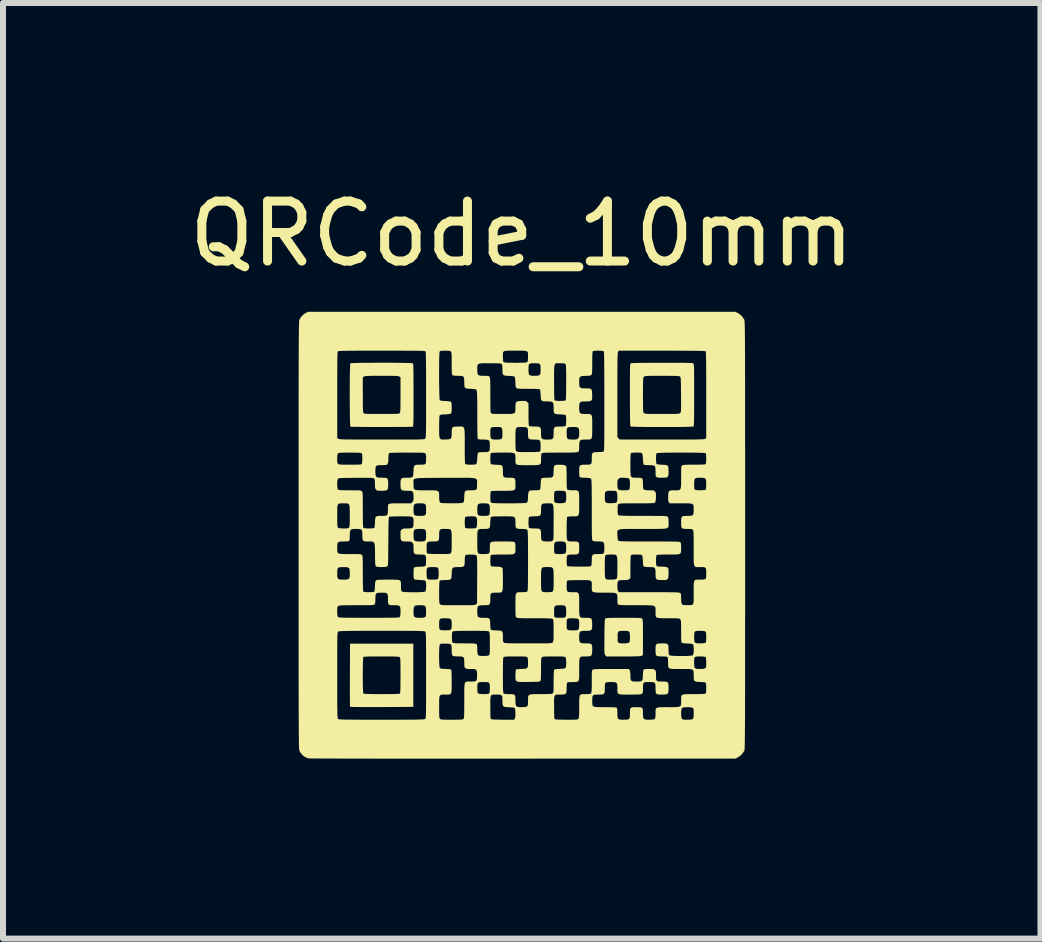
<source format=kicad_pcb>
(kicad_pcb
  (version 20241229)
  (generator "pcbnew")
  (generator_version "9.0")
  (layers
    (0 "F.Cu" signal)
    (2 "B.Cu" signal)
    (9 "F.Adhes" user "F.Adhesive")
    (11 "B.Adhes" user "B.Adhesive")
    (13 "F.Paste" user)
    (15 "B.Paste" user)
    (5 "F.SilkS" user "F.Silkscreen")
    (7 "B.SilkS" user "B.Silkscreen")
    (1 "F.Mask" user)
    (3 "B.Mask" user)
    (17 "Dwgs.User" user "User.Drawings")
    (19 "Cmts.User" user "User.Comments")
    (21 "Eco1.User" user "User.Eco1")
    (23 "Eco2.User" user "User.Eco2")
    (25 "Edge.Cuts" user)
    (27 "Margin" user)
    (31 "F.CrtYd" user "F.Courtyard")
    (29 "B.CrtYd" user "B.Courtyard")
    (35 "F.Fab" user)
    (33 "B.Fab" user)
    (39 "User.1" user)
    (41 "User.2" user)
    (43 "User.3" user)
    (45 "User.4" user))
  (footprint "QRCode_10mm"
    (layer "F.Cu")
    (at 5.649 5.848)
    (property "Reference" "QRCode_10mm" (at 0 -5 0) (layer "F.SilkS") (effects (font (size 1 1) (thickness 0.15))))
    (attr board_only exclude_from_pos_files exclude_from_bom)
    (fp_poly (pts (xy -1.808 2.361) (xy -1.808 2.888) (xy -2.334 2.891) (xy -2.443 2.891) (xy -2.537 2.891) (xy -2.616 2.891) (xy -2.683 2.891) (xy -2.738 2.89) (xy -2.781 2.89) (xy -2.814 2.889) (xy -2.838 2.887) (xy -2.853 2.886) (xy -2.861 2.884) (xy -2.863 2.883) (xy -2.864 2.873) (xy -2.864 2.849) (xy -2.865 2.811) (xy -2.865 2.761) (xy -2.865 2.701) (xy -2.866 2.631) (xy -2.866 2.554) (xy -2.865 2.47) (xy -2.865 2.381) (xy -2.865 2.353) (xy -2.865 2.344) (xy -2.65 2.344) (xy -2.65 2.406) (xy -2.65 2.465) (xy -2.649 2.521) (xy -2.648 2.571) (xy -2.646 2.612) (xy -2.644 2.643) (xy -2.641 2.662) (xy -2.64 2.665) (xy -2.633 2.668) (xy -2.616 2.67) (xy -2.589 2.672) (xy -2.55 2.673) (xy -2.499 2.674) (xy -2.434 2.675) (xy -2.355 2.675) (xy -2.335 2.675) (xy -2.252 2.675) (xy -2.185 2.674) (xy -2.13 2.674) (xy -2.089 2.672) (xy -2.06 2.671) (xy -2.041 2.669) (xy -2.032 2.666) (xy -2.031 2.665) (xy -2.028 2.658) (xy -2.026 2.641) (xy -2.024 2.614) (xy -2.023 2.576) (xy -2.022 2.524) (xy -2.022 2.459) (xy -2.021 2.379) (xy -2.021 2.364) (xy -2.021 2.287) (xy -2.022 2.224) (xy -2.022 2.174) (xy -2.023 2.135) (xy -2.024 2.107) (xy -2.026 2.086) (xy -2.028 2.073) (xy -2.031 2.064) (xy -2.034 2.06) (xy -2.039 2.056) (xy -2.048 2.054) (xy -2.062 2.051) (xy -2.082 2.05) (xy -2.111 2.049) (xy -2.15 2.048) (xy -2.2 2.047) (xy -2.264 2.047) (xy -2.338 2.047) (xy -2.421 2.047) (xy -2.489 2.048) (xy -2.542 2.048) (xy -2.583 2.05) (xy -2.612 2.051) (xy -2.63 2.053) (xy -2.639 2.056) (xy -2.64 2.057) (xy -2.643 2.067) (xy -2.645 2.092) (xy -2.647 2.128) (xy -2.648 2.173) (xy -2.649 2.226) (xy -2.65 2.284) (xy -2.65 2.344) (xy -2.865 2.344) (xy -2.863 1.834) (xy -2.335 1.834) (xy -1.808 1.834)) (stroke (width 0) (type solid)) (fill yes) (layer "F.SilkS"))
    (fp_poly (pts (xy 1.78 1.403) (xy 1.842 1.403) (xy 1.891 1.403) (xy 1.929 1.404) (xy 1.957 1.405) (xy 1.977 1.407) (xy 1.991 1.409) (xy 2 1.411) (xy 2.005 1.415) (xy 2.008 1.417) (xy 2.012 1.423) (xy 2.014 1.431) (xy 2.017 1.444) (xy 2.018 1.463) (xy 2.02 1.49) (xy 2.02 1.526) (xy 2.021 1.573) (xy 2.021 1.632) (xy 2.021 1.706) (xy 2.021 1.727) (xy 2.021 2.022) (xy 2.003 2.034) (xy 1.997 2.038) (xy 1.986 2.04) (xy 1.971 2.043) (xy 1.948 2.044) (xy 1.917 2.045) (xy 1.875 2.046) (xy 1.822 2.047) (xy 1.756 2.047) (xy 1.698 2.047) (xy 1.41 2.047) (xy 1.394 2.025) (xy 1.389 2.019) (xy 1.385 2.012) (xy 1.383 2.003) (xy 1.381 1.99) (xy 1.379 1.97) (xy 1.378 1.944) (xy 1.378 1.908) (xy 1.378 1.861) (xy 1.378 1.802) (xy 1.379 1.729) (xy 1.379 1.725) (xy 1.599 1.725) (xy 1.599 1.763) (xy 1.6 1.788) (xy 1.603 1.804) (xy 1.609 1.813) (xy 1.614 1.818) (xy 1.632 1.825) (xy 1.661 1.829) (xy 1.696 1.83) (xy 1.731 1.829) (xy 1.762 1.825) (xy 1.783 1.819) (xy 1.786 1.817) (xy 1.794 1.81) (xy 1.8 1.8) (xy 1.803 1.784) (xy 1.804 1.759) (xy 1.804 1.727) (xy 1.803 1.684) (xy 1.8 1.654) (xy 1.791 1.635) (xy 1.775 1.625) (xy 1.748 1.621) (xy 1.709 1.62) (xy 1.704 1.62) (xy 1.661 1.621) (xy 1.632 1.624) (xy 1.613 1.633) (xy 1.603 1.65) (xy 1.599 1.677) (xy 1.599 1.717) (xy 1.599 1.725) (xy 1.379 1.725) (xy 1.379 1.715) (xy 1.379 1.639) (xy 1.38 1.577) (xy 1.381 1.529) (xy 1.382 1.491) (xy 1.383 1.464) (xy 1.385 1.444) (xy 1.387 1.431) (xy 1.39 1.422) (xy 1.393 1.417) (xy 1.397 1.414) (xy 1.404 1.411) (xy 1.416 1.408) (xy 1.434 1.407) (xy 1.461 1.405) (xy 1.498 1.404) (xy 1.546 1.403) (xy 1.606 1.403) (xy 1.681 1.403) (xy 1.704 1.403)) (stroke (width 0) (type solid)) (fill yes) (layer "F.SilkS"))
    (fp_poly (pts (xy -2.229 -2.85) (xy -2.152 -2.85) (xy -2.079 -2.849) (xy -2.011 -2.848) (xy -1.951 -2.847) (xy -1.899 -2.846) (xy -1.858 -2.844) (xy -1.83 -2.842) (xy -1.815 -2.84) (xy -1.814 -2.84) (xy -1.812 -2.834) (xy -1.81 -2.819) (xy -1.808 -2.796) (xy -1.807 -2.763) (xy -1.806 -2.718) (xy -1.805 -2.662) (xy -1.805 -2.594) (xy -1.804 -2.511) (xy -1.804 -2.415) (xy -1.804 -2.309) (xy -1.804 -2.204) (xy -1.804 -2.114) (xy -1.804 -2.037) (xy -1.805 -1.974) (xy -1.805 -1.922) (xy -1.806 -1.88) (xy -1.807 -1.847) (xy -1.808 -1.823) (xy -1.809 -1.806) (xy -1.811 -1.794) (xy -1.813 -1.787) (xy -1.816 -1.784) (xy -1.817 -1.783) (xy -1.827 -1.782) (xy -1.851 -1.782) (xy -1.889 -1.781) (xy -1.937 -1.78) (xy -1.995 -1.78) (xy -2.06 -1.78) (xy -2.132 -1.779) (xy -2.208 -1.779) (xy -2.287 -1.779) (xy -2.366 -1.779) (xy -2.446 -1.779) (xy -2.522 -1.779) (xy -2.595 -1.78) (xy -2.663 -1.78) (xy -2.723 -1.781) (xy -2.773 -1.781) (xy -2.814 -1.782) (xy -2.842 -1.783) (xy -2.856 -1.783) (xy -2.857 -1.784) (xy -2.859 -1.792) (xy -2.861 -1.816) (xy -2.863 -1.851) (xy -2.864 -1.899) (xy -2.865 -1.955) (xy -2.866 -2.02) (xy -2.867 -2.091) (xy -2.867 -2.166) (xy -2.868 -2.245) (xy -2.868 -2.316) (xy -2.65 -2.316) (xy -2.649 -2.239) (xy -2.649 -2.177) (xy -2.649 -2.127) (xy -2.648 -2.089) (xy -2.647 -2.06) (xy -2.645 -2.04) (xy -2.643 -2.026) (xy -2.64 -2.017) (xy -2.637 -2.011) (xy -2.636 -2.011) (xy -2.632 -2.007) (xy -2.625 -2.004) (xy -2.615 -2.001) (xy -2.599 -1.999) (xy -2.577 -1.998) (xy -2.545 -1.997) (xy -2.504 -1.996) (xy -2.45 -1.996) (xy -2.383 -1.996) (xy -2.337 -1.996) (xy -2.261 -1.996) (xy -2.199 -1.996) (xy -2.15 -1.997) (xy -2.112 -1.997) (xy -2.084 -1.999) (xy -2.064 -2) (xy -2.051 -2.002) (xy -2.042 -2.005) (xy -2.037 -2.009) (xy -2.036 -2.009) (xy -2.032 -2.014) (xy -2.029 -2.02) (xy -2.027 -2.03) (xy -2.025 -2.046) (xy -2.023 -2.068) (xy -2.022 -2.099) (xy -2.022 -2.14) (xy -2.022 -2.193) (xy -2.021 -2.259) (xy -2.021 -2.315) (xy -2.021 -2.607) (xy -2.039 -2.619) (xy -2.046 -2.623) (xy -2.057 -2.626) (xy -2.073 -2.628) (xy -2.096 -2.629) (xy -2.127 -2.631) (xy -2.169 -2.631) (xy -2.223 -2.632) (xy -2.291 -2.632) (xy -2.335 -2.632) (xy -2.411 -2.632) (xy -2.473 -2.632) (xy -2.521 -2.631) (xy -2.559 -2.63) (xy -2.586 -2.629) (xy -2.606 -2.627) (xy -2.62 -2.625) (xy -2.628 -2.621) (xy -2.632 -2.619) (xy -2.65 -2.607) (xy -2.65 -2.316) (xy -2.868 -2.316) (xy -2.868 -2.325) (xy -2.868 -2.405) (xy -2.867 -2.482) (xy -2.867 -2.557) (xy -2.866 -2.626) (xy -2.865 -2.688) (xy -2.864 -2.742) (xy -2.862 -2.785) (xy -2.861 -2.817) (xy -2.859 -2.836) (xy -2.857 -2.84) (xy -2.847 -2.842) (xy -2.823 -2.844) (xy -2.786 -2.845) (xy -2.738 -2.847) (xy -2.68 -2.848) (xy -2.614 -2.849) (xy -2.543 -2.849) (xy -2.467 -2.85) (xy -2.388 -2.85) (xy -2.308 -2.85)) (stroke (width 0) (type solid)) (fill yes) (layer "F.SilkS"))
    (fp_poly (pts (xy 2.446 -2.849) (xy 2.535 -2.849) (xy 2.611 -2.849) (xy 2.673 -2.849) (xy 2.725 -2.848) (xy 2.766 -2.847) (xy 2.797 -2.846) (xy 2.821 -2.845) (xy 2.839 -2.844) (xy 2.851 -2.842) (xy 2.858 -2.84) (xy 2.862 -2.837) (xy 2.862 -2.837) (xy 2.865 -2.833) (xy 2.867 -2.826) (xy 2.869 -2.815) (xy 2.871 -2.798) (xy 2.872 -2.775) (xy 2.873 -2.743) (xy 2.874 -2.703) (xy 2.874 -2.653) (xy 2.875 -2.592) (xy 2.875 -2.518) (xy 2.875 -2.431) (xy 2.875 -2.329) (xy 2.875 -2.311) (xy 2.875 -2.201) (xy 2.875 -2.106) (xy 2.874 -2.025) (xy 2.874 -1.958) (xy 2.873 -1.903) (xy 2.872 -1.86) (xy 2.871 -1.828) (xy 2.869 -1.806) (xy 2.867 -1.793) (xy 2.865 -1.788) (xy 2.855 -1.786) (xy 2.831 -1.784) (xy 2.794 -1.783) (xy 2.746 -1.781) (xy 2.688 -1.78) (xy 2.622 -1.779) (xy 2.551 -1.778) (xy 2.474 -1.778) (xy 2.395 -1.778) (xy 2.315 -1.778) (xy 2.236 -1.778) (xy 2.158 -1.778) (xy 2.084 -1.779) (xy 2.016 -1.78) (xy 1.955 -1.781) (xy 1.903 -1.782) (xy 1.861 -1.784) (xy 1.832 -1.785) (xy 1.816 -1.787) (xy 1.814 -1.788) (xy 1.812 -1.794) (xy 1.81 -1.808) (xy 1.808 -1.832) (xy 1.807 -1.865) (xy 1.806 -1.91) (xy 1.805 -1.966) (xy 1.805 -2.035) (xy 1.804 -2.117) (xy 1.804 -2.214) (xy 1.804 -2.314) (xy 2.021 -2.314) (xy 2.021 -2.238) (xy 2.022 -2.177) (xy 2.022 -2.129) (xy 2.023 -2.092) (xy 2.024 -2.065) (xy 2.025 -2.045) (xy 2.027 -2.031) (xy 2.03 -2.022) (xy 2.034 -2.016) (xy 2.037 -2.012) (xy 2.042 -2.008) (xy 2.049 -2.004) (xy 2.058 -2.002) (xy 2.072 -1.999) (xy 2.092 -1.998) (xy 2.12 -1.997) (xy 2.158 -1.996) (xy 2.208 -1.996) (xy 2.27 -1.996) (xy 2.339 -1.996) (xy 2.415 -1.996) (xy 2.476 -1.996) (xy 2.524 -1.996) (xy 2.561 -1.997) (xy 2.589 -1.998) (xy 2.608 -2) (xy 2.622 -2.002) (xy 2.631 -2.004) (xy 2.637 -2.008) (xy 2.642 -2.012) (xy 2.646 -2.017) (xy 2.65 -2.023) (xy 2.652 -2.032) (xy 2.654 -2.045) (xy 2.656 -2.064) (xy 2.656 -2.091) (xy 2.657 -2.127) (xy 2.657 -2.175) (xy 2.656 -2.235) (xy 2.656 -2.309) (xy 2.656 -2.319) (xy 2.655 -2.395) (xy 2.655 -2.457) (xy 2.654 -2.505) (xy 2.653 -2.543) (xy 2.652 -2.571) (xy 2.65 -2.59) (xy 2.648 -2.604) (xy 2.645 -2.612) (xy 2.642 -2.617) (xy 2.638 -2.621) (xy 2.631 -2.624) (xy 2.619 -2.626) (xy 2.6 -2.628) (xy 2.573 -2.63) (xy 2.536 -2.631) (xy 2.488 -2.631) (xy 2.426 -2.632) (xy 2.351 -2.632) (xy 2.338 -2.632) (xy 2.263 -2.632) (xy 2.202 -2.632) (xy 2.154 -2.631) (xy 2.117 -2.631) (xy 2.09 -2.63) (xy 2.07 -2.628) (xy 2.057 -2.626) (xy 2.048 -2.623) (xy 2.042 -2.62) (xy 2.037 -2.616) (xy 2.033 -2.611) (xy 2.03 -2.605) (xy 2.027 -2.596) (xy 2.025 -2.582) (xy 2.024 -2.561) (xy 2.023 -2.533) (xy 2.022 -2.495) (xy 2.022 -2.446) (xy 2.021 -2.383) (xy 2.021 -2.314) (xy 1.804 -2.314) (xy 1.804 -2.315) (xy 1.804 -2.419) (xy 1.804 -2.508) (xy 1.804 -2.584) (xy 1.804 -2.647) (xy 1.805 -2.698) (xy 1.805 -2.739) (xy 1.806 -2.771) (xy 1.807 -2.795) (xy 1.809 -2.813) (xy 1.81 -2.825) (xy 1.813 -2.833) (xy 1.815 -2.838) (xy 1.818 -2.84) (xy 1.82 -2.841) (xy 1.831 -2.843) (xy 1.859 -2.845) (xy 1.903 -2.846) (xy 1.962 -2.847) (xy 2.037 -2.848) (xy 2.127 -2.849) (xy 2.233 -2.849) (xy 2.342 -2.849)) (stroke (width 0) (type solid)) (fill yes) (layer "F.SilkS"))
    (fp_poly (pts (xy 3.601 -3.68) (xy 3.641 -3.654) (xy 3.678 -3.618) (xy 3.706 -3.578) (xy 3.711 -3.567) (xy 3.712 -3.564) (xy 3.713 -3.559) (xy 3.714 -3.552) (xy 3.715 -3.543) (xy 3.716 -3.53) (xy 3.717 -3.514) (xy 3.718 -3.494) (xy 3.718 -3.469) (xy 3.719 -3.44) (xy 3.72 -3.405) (xy 3.72 -3.365) (xy 3.721 -3.319) (xy 3.721 -3.266) (xy 3.722 -3.206) (xy 3.722 -3.138) (xy 3.722 -3.063) (xy 3.723 -2.979) (xy 3.723 -2.886) (xy 3.723 -2.785) (xy 3.723 -2.673) (xy 3.724 -2.552) (xy 3.724 -2.42) (xy 3.724 -2.277) (xy 3.724 -2.122) (xy 3.724 -1.956) (xy 3.724 -1.777) (xy 3.724 -1.586) (xy 3.725 -1.381) (xy 3.725 -1.163) (xy 3.725 -0.93) (xy 3.725 -0.683) (xy 3.725 -0.421) (xy 3.725 -0.144) (xy 3.725 0.026) (xy 3.725 0.312) (xy 3.725 0.583) (xy 3.725 0.839) (xy 3.725 1.079) (xy 3.725 1.306) (xy 3.724 1.518) (xy 3.724 1.718) (xy 3.724 1.904) (xy 3.724 2.077) (xy 3.724 2.239) (xy 3.724 2.388) (xy 3.724 2.527) (xy 3.724 2.655) (xy 3.723 2.772) (xy 3.723 2.879) (xy 3.723 2.977) (xy 3.723 3.066) (xy 3.722 3.146) (xy 3.722 3.218) (xy 3.721 3.282) (xy 3.721 3.339) (xy 3.72 3.39) (xy 3.72 3.434) (xy 3.719 3.471) (xy 3.719 3.504) (xy 3.718 3.531) (xy 3.717 3.554) (xy 3.717 3.572) (xy 3.716 3.587) (xy 3.715 3.598) (xy 3.714 3.607) (xy 3.713 3.613) (xy 3.712 3.617) (xy 3.711 3.618) (xy 3.686 3.659) (xy 3.651 3.697) (xy 3.611 3.726) (xy 3.601 3.732) (xy 3.564 3.75) (xy 0.016 3.751) (xy -0.222 3.751) (xy -0.457 3.752) (xy -0.687 3.752) (xy -0.911 3.752) (xy -1.131 3.751) (xy -1.344 3.751) (xy -1.551 3.751) (xy -1.75 3.751) (xy -1.942 3.751) (xy -2.126 3.751) (xy -2.301 3.751) (xy -2.467 3.751) (xy -2.623 3.75) (xy -2.769 3.75) (xy -2.905 3.75) (xy -3.029 3.75) (xy -3.141 3.749) (xy -3.241 3.749) (xy -3.328 3.749) (xy -3.402 3.748) (xy -3.462 3.748) (xy -3.508 3.748) (xy -3.538 3.747) (xy -3.554 3.747) (xy -3.556 3.747) (xy -3.611 3.725) (xy -3.657 3.691) (xy -3.694 3.644) (xy -3.706 3.621) (xy -3.707 3.618) (xy -3.708 3.614) (xy -3.709 3.609) (xy -3.71 3.602) (xy -3.711 3.593) (xy -3.712 3.58) (xy -3.713 3.565) (xy -3.713 3.546) (xy -3.714 3.523) (xy -3.715 3.496) (xy -3.715 3.463) (xy -3.716 3.425) (xy -3.716 3.382) (xy -3.717 3.332) (xy -3.717 3.275) (xy -3.718 3.211) (xy -3.718 3.139) (xy -3.718 3.06) (xy -3.719 2.972) (xy -3.719 2.875) (xy -3.719 2.768) (xy -3.719 2.652) (xy -3.72 2.525) (xy -3.72 2.388) (xy -3.72 2.362) (xy -3.076 2.362) (xy -3.076 2.486) (xy -3.076 2.596) (xy -3.076 2.691) (xy -3.076 2.773) (xy -3.076 2.843) (xy -3.075 2.902) (xy -3.074 2.951) (xy -3.074 2.99) (xy -3.073 3.021) (xy -3.072 3.045) (xy -3.07 3.063) (xy -3.069 3.075) (xy -3.067 3.083) (xy -3.065 3.088) (xy -3.064 3.089) (xy -3.06 3.091) (xy -3.054 3.093) (xy -3.044 3.095) (xy -3.029 3.097) (xy -3.008 3.098) (xy -2.98 3.099) (xy -2.945 3.1) (xy -2.901 3.1) (xy -2.847 3.101) (xy -2.782 3.101) (xy -2.706 3.102) (xy -2.616 3.102) (xy -2.514 3.102) (xy -2.396 3.102) (xy -2.338 3.102) (xy -2.213 3.102) (xy -2.104 3.102) (xy -2.009 3.102) (xy -1.928 3.101) (xy -1.858 3.101) (xy -1.8 3.101) (xy -1.751 3.1) (xy -1.712 3.099) (xy -1.681 3.098) (xy -1.657 3.097) (xy -1.639 3.096) (xy -1.626 3.094) (xy -1.618 3.093) (xy -1.612 3.091) (xy -1.609 3.089) (xy -1.607 3.086) (xy -1.604 3.081) (xy -1.603 3.074) (xy -1.601 3.064) (xy -1.599 3.049) (xy -1.598 3.029) (xy -1.597 3.002) (xy -1.596 2.967) (xy -1.596 2.924) (xy -1.595 2.871) (xy -1.595 2.808) (xy -1.595 2.733) (xy -1.595 2.646) (xy -1.595 2.545) (xy -1.595 2.43) (xy -1.595 2.362) (xy -1.595 2.238) (xy -1.595 2.129) (xy -1.595 2.035) (xy -1.595 2.02) (xy -1.378 2.02) (xy -1.378 2.07) (xy -1.377 2.119) (xy -1.375 2.162) (xy -1.373 2.199) (xy -1.37 2.225) (xy -1.366 2.237) (xy -1.358 2.244) (xy -1.346 2.249) (xy -1.327 2.252) (xy -1.297 2.254) (xy -1.271 2.255) (xy -1.235 2.257) (xy -1.205 2.26) (xy -1.184 2.264) (xy -1.178 2.266) (xy -1.174 2.273) (xy -1.172 2.29) (xy -1.17 2.316) (xy -1.169 2.355) (xy -1.168 2.407) (xy -1.168 2.464) (xy -1.168 2.529) (xy -1.168 2.58) (xy -1.17 2.618) (xy -1.173 2.646) (xy -1.18 2.664) (xy -1.191 2.675) (xy -1.206 2.681) (xy -1.226 2.683) (xy -1.253 2.683) (xy -1.271 2.683) (xy -1.303 2.683) (xy -1.328 2.684) (xy -1.347 2.688) (xy -1.36 2.696) (xy -1.369 2.71) (xy -1.374 2.733) (xy -1.376 2.766) (xy -1.377 2.811) (xy -1.377 2.87) (xy -1.377 2.891) (xy -1.377 2.951) (xy -1.376 2.997) (xy -1.376 3.03) (xy -1.374 3.054) (xy -1.371 3.07) (xy -1.368 3.081) (xy -1.364 3.087) (xy -1.364 3.087) (xy -1.358 3.092) (xy -1.35 3.096) (xy -1.337 3.098) (xy -1.318 3.1) (xy -1.289 3.101) (xy -1.25 3.102) (xy -1.198 3.102) (xy -1.167 3.102) (xy -1.107 3.102) (xy -1.06 3.101) (xy -1.026 3.1) (xy -1.002 3.099) (xy -0.986 3.096) (xy -0.976 3.093) (xy -0.971 3.089) (xy -0.968 3.084) (xy -0.965 3.076) (xy -0.963 3.062) (xy -0.961 3.041) (xy -0.96 3.012) (xy -0.959 2.973) (xy -0.959 2.922) (xy -0.958 2.859) (xy -0.958 2.802) (xy -0.524 2.802) (xy -0.524 2.858) (xy -0.523 2.892) (xy -0.523 2.953) (xy -0.523 3) (xy -0.522 3.035) (xy -0.521 3.059) (xy -0.519 3.076) (xy -0.516 3.085) (xy -0.512 3.091) (xy -0.509 3.093) (xy -0.497 3.096) (xy -0.47 3.098) (xy -0.43 3.1) (xy -0.38 3.101) (xy -0.321 3.102) (xy -0.312 3.102) (xy -0.129 3.102) (xy -0.116 3.082) (xy -0.11 3.064) (xy -0.106 3.036) (xy -0.105 3.002) (xy -0.106 2.968) (xy -0.109 2.937) (xy -0.115 2.914) (xy -0.119 2.907) (xy -0.134 2.901) (xy -0.163 2.897) (xy -0.208 2.894) (xy -0.214 2.894) (xy -0.257 2.892) (xy -0.287 2.887) (xy -0.306 2.878) (xy -0.317 2.861) (xy -0.321 2.834) (xy -0.322 2.793) (xy -0.322 2.783) (xy -0.323 2.741) (xy -0.326 2.713) (xy -0.336 2.696) (xy -0.353 2.687) (xy -0.382 2.684) (xy -0.42 2.683) (xy -0.451 2.683) (xy -0.476 2.683) (xy -0.494 2.686) (xy -0.507 2.694) (xy -0.515 2.707) (xy -0.52 2.728) (xy -0.523 2.76) (xy -0.524 2.802) (xy -0.958 2.802) (xy -0.958 2.787) (xy -0.958 2.707) (xy -0.958 2.641) (xy -0.958 2.588) (xy -0.957 2.572) (xy -0.741 2.572) (xy -0.74 2.614) (xy -0.737 2.643) (xy -0.727 2.661) (xy -0.71 2.67) (xy -0.682 2.674) (xy -0.64 2.675) (xy -0.636 2.675) (xy -0.596 2.674) (xy -0.569 2.672) (xy -0.553 2.668) (xy -0.544 2.662) (xy -0.538 2.652) (xy -0.534 2.633) (xy -0.532 2.604) (xy -0.532 2.574) (xy -0.532 2.533) (xy -0.535 2.505) (xy -0.544 2.488) (xy -0.561 2.478) (xy -0.588 2.475) (xy -0.628 2.474) (xy -0.636 2.474) (xy -0.679 2.474) (xy -0.708 2.477) (xy -0.726 2.486) (xy -0.736 2.502) (xy -0.74 2.527) (xy -0.741 2.566) (xy -0.741 2.572) (xy -0.957 2.572) (xy -0.956 2.547) (xy -0.953 2.516) (xy -0.948 2.494) (xy -0.94 2.48) (xy -0.929 2.471) (xy -0.914 2.467) (xy -0.896 2.465) (xy -0.873 2.465) (xy -0.851 2.466) (xy -0.808 2.465) (xy -0.779 2.462) (xy -0.76 2.453) (xy -0.75 2.437) (xy -0.746 2.41) (xy -0.745 2.371) (xy -0.745 2.361) (xy -0.314 2.361) (xy -0.314 2.438) (xy -0.314 2.5) (xy -0.313 2.55) (xy -0.312 2.588) (xy -0.311 2.616) (xy -0.309 2.636) (xy -0.307 2.65) (xy -0.305 2.658) (xy -0.301 2.662) (xy -0.291 2.669) (xy -0.272 2.673) (xy -0.242 2.675) (xy -0.215 2.675) (xy -0.171 2.676) (xy -0.14 2.679) (xy -0.121 2.688) (xy -0.11 2.705) (xy -0.106 2.732) (xy -0.105 2.771) (xy -0.105 2.78) (xy -0.104 2.825) (xy -0.1 2.856) (xy -0.091 2.875) (xy -0.074 2.886) (xy -0.047 2.891) (xy -0.009 2.893) (xy -0.002 2.893) (xy 0.039 2.891) (xy 0.067 2.888) (xy 0.085 2.881) (xy 0.087 2.88) (xy 0.095 2.873) (xy 0.1 2.863) (xy 0.103 2.848) (xy 0.104 2.823) (xy 0.105 2.803) (xy 0.539 2.803) (xy 0.54 2.859) (xy 0.54 2.891) (xy 0.54 2.958) (xy 0.541 3.01) (xy 0.542 3.049) (xy 0.544 3.074) (xy 0.547 3.089) (xy 0.549 3.092) (xy 0.558 3.096) (xy 0.578 3.098) (xy 0.61 3.1) (xy 0.655 3.101) (xy 0.714 3.102) (xy 0.746 3.102) (xy 0.806 3.102) (xy 0.851 3.102) (xy 0.885 3.101) (xy 0.908 3.1) (xy 0.924 3.098) (xy 0.934 3.095) (xy 0.94 3.091) (xy 0.945 3.085) (xy 0.946 3.084) (xy 0.95 3.076) (xy 0.953 3.063) (xy 0.955 3.043) (xy 0.957 3.015) (xy 0.958 2.977) (xy 0.958 2.925) (xy 0.958 2.883) (xy 0.958 2.82) (xy 0.959 2.771) (xy 0.961 2.734) (xy 0.965 2.709) (xy 0.973 2.692) (xy 0.985 2.681) (xy 1.003 2.677) (xy 1.026 2.675) (xy 1.058 2.675) (xy 1.068 2.675) (xy 1.107 2.674) (xy 1.133 2.672) (xy 1.148 2.667) (xy 1.155 2.662) (xy 1.159 2.656) (xy 1.162 2.646) (xy 1.165 2.629) (xy 1.166 2.604) (xy 1.167 2.568) (xy 1.168 2.52) (xy 1.168 2.466) (xy 1.168 2.405) (xy 1.168 2.359) (xy 1.169 2.324) (xy 1.171 2.3) (xy 1.173 2.284) (xy 1.177 2.274) (xy 1.18 2.269) (xy 1.185 2.266) (xy 1.194 2.263) (xy 1.208 2.261) (xy 1.228 2.259) (xy 1.257 2.258) (xy 1.295 2.257) (xy 1.345 2.257) (xy 1.408 2.256) (xy 1.486 2.256) (xy 1.49 2.256) (xy 1.787 2.256) (xy 1.799 2.274) (xy 1.806 2.29) (xy 1.81 2.316) (xy 1.812 2.354) (xy 1.812 2.364) (xy 1.813 2.406) (xy 1.817 2.435) (xy 1.827 2.452) (xy 1.845 2.461) (xy 1.874 2.465) (xy 1.912 2.466) (xy 1.954 2.465) (xy 1.983 2.462) (xy 2.002 2.453) (xy 2.012 2.437) (xy 2.017 2.41) (xy 2.02 2.37) (xy 2.02 2.36) (xy 2.022 2.324) (xy 2.025 2.294) (xy 2.029 2.273) (xy 2.031 2.266) (xy 2.043 2.261) (xy 2.068 2.258) (xy 2.108 2.256) (xy 2.127 2.256) (xy 2.171 2.257) (xy 2.201 2.26) (xy 2.221 2.269) (xy 2.232 2.285) (xy 2.237 2.311) (xy 2.239 2.35) (xy 2.239 2.371) (xy 2.239 2.409) (xy 2.242 2.436) (xy 2.25 2.452) (xy 2.266 2.461) (xy 2.292 2.465) (xy 2.331 2.466) (xy 2.344 2.466) (xy 2.386 2.466) (xy 2.415 2.47) (xy 2.433 2.479) (xy 2.443 2.496) (xy 2.447 2.524) (xy 2.448 2.566) (xy 2.448 2.572) (xy 2.447 2.616) (xy 2.444 2.647) (xy 2.434 2.666) (xy 2.417 2.677) (xy 2.389 2.682) (xy 2.348 2.683) (xy 2.338 2.683) (xy 2.295 2.683) (xy 2.265 2.679) (xy 2.246 2.67) (xy 2.236 2.654) (xy 2.232 2.627) (xy 2.231 2.587) (xy 2.231 2.578) (xy 2.23 2.535) (xy 2.227 2.506) (xy 2.219 2.488) (xy 2.202 2.479) (xy 2.175 2.475) (xy 2.135 2.474) (xy 2.126 2.474) (xy 2.083 2.474) (xy 2.054 2.477) (xy 2.036 2.486) (xy 2.026 2.502) (xy 2.022 2.528) (xy 2.021 2.568) (xy 2.021 2.576) (xy 2.022 2.609) (xy 2.021 2.634) (xy 2.017 2.652) (xy 2.009 2.666) (xy 1.995 2.674) (xy 1.972 2.68) (xy 1.94 2.682) (xy 1.896 2.683) (xy 1.838 2.683) (xy 1.809 2.683) (xy 1.745 2.683) (xy 1.695 2.683) (xy 1.657 2.681) (xy 1.631 2.677) (xy 1.613 2.67) (xy 1.602 2.659) (xy 1.596 2.644) (xy 1.595 2.622) (xy 1.594 2.595) (xy 1.595 2.58) (xy 1.594 2.537) (xy 1.591 2.508) (xy 1.582 2.49) (xy 1.566 2.479) (xy 1.539 2.475) (xy 1.499 2.474) (xy 1.485 2.474) (xy 1.444 2.474) (xy 1.417 2.477) (xy 1.399 2.485) (xy 1.39 2.5) (xy 1.386 2.526) (xy 1.385 2.564) (xy 1.385 2.579) (xy 1.385 2.622) (xy 1.381 2.65) (xy 1.372 2.668) (xy 1.354 2.678) (xy 1.326 2.682) (xy 1.285 2.683) (xy 1.28 2.683) (xy 1.237 2.684) (xy 1.208 2.687) (xy 1.19 2.695) (xy 1.181 2.712) (xy 1.177 2.739) (xy 1.176 2.778) (xy 1.176 2.788) (xy 1.176 2.819) (xy 1.177 2.843) (xy 1.18 2.862) (xy 1.189 2.875) (xy 1.203 2.883) (xy 1.226 2.889) (xy 1.259 2.891) (xy 1.304 2.892) (xy 1.362 2.893) (xy 1.393 2.893) (xy 1.459 2.893) (xy 1.509 2.894) (xy 1.546 2.895) (xy 1.57 2.898) (xy 1.583 2.901) (xy 1.585 2.902) (xy 1.59 2.916) (xy 1.593 2.944) (xy 1.595 2.986) (xy 1.595 2.989) (xy 1.595 3.034) (xy 1.598 3.065) (xy 1.607 3.084) (xy 1.623 3.096) (xy 1.648 3.101) (xy 1.685 3.102) (xy 1.699 3.102) (xy 1.742 3.101) (xy 1.771 3.098) (xy 1.789 3.09) (xy 1.799 3.074) (xy 1.803 3.047) (xy 1.804 3.008) (xy 1.804 2.999) (xy 1.804 2.957) (xy 1.808 2.927) (xy 1.816 2.908) (xy 1.833 2.898) (xy 1.86 2.894) (xy 1.899 2.893) (xy 1.913 2.893) (xy 1.957 2.893) (xy 1.987 2.896) (xy 2.006 2.904) (xy 2.016 2.919) (xy 2.02 2.943) (xy 2.021 2.979) (xy 2.021 2.992) (xy 2.022 3.036) (xy 2.026 3.066) (xy 2.035 3.085) (xy 2.051 3.096) (xy 2.077 3.101) (xy 2.116 3.102) (xy 2.124 3.102) (xy 2.167 3.101) (xy 2.197 3.098) (xy 2.215 3.089) (xy 2.226 3.072) (xy 2.23 3.046) (xy 2.231 3.016) (xy 2.658 3.016) (xy 2.66 3.048) (xy 2.665 3.073) (xy 2.669 3.082) (xy 2.676 3.091) (xy 2.685 3.097) (xy 2.699 3.1) (xy 2.721 3.102) (xy 2.756 3.102) (xy 2.76 3.102) (xy 2.799 3.101) (xy 2.825 3.099) (xy 2.842 3.095) (xy 2.852 3.089) (xy 2.859 3.08) (xy 2.864 3.066) (xy 2.866 3.045) (xy 2.867 3.012) (xy 2.867 2.996) (xy 2.867 2.96) (xy 2.866 2.936) (xy 2.863 2.921) (xy 2.857 2.912) (xy 2.849 2.905) (xy 2.847 2.904) (xy 2.829 2.898) (xy 2.801 2.894) (xy 2.767 2.893) (xy 2.733 2.894) (xy 2.702 2.897) (xy 2.68 2.903) (xy 2.672 2.907) (xy 2.665 2.922) (xy 2.661 2.948) (xy 2.658 2.981) (xy 2.658 3.016) (xy 2.231 3.016) (xy 2.231 3.006) (xy 2.231 2.999) (xy 2.231 2.967) (xy 2.231 2.942) (xy 2.235 2.923) (xy 2.243 2.91) (xy 2.258 2.901) (xy 2.28 2.896) (xy 2.313 2.893) (xy 2.357 2.893) (xy 2.416 2.892) (xy 2.441 2.893) (xy 2.506 2.893) (xy 2.556 2.892) (xy 2.594 2.89) (xy 2.621 2.886) (xy 2.639 2.878) (xy 2.65 2.866) (xy 2.656 2.849) (xy 2.657 2.826) (xy 2.658 2.796) (xy 2.658 2.78) (xy 2.657 2.749) (xy 2.658 2.724) (xy 2.662 2.706) (xy 2.67 2.693) (xy 2.685 2.684) (xy 2.708 2.679) (xy 2.741 2.676) (xy 2.785 2.675) (xy 2.843 2.675) (xy 2.875 2.675) (xy 2.941 2.675) (xy 2.991 2.674) (xy 3.028 2.672) (xy 3.052 2.67) (xy 3.065 2.667) (xy 3.067 2.665) (xy 3.071 2.653) (xy 3.075 2.629) (xy 3.076 2.597) (xy 3.077 2.563) (xy 3.075 2.53) (xy 3.073 2.503) (xy 3.068 2.486) (xy 3.066 2.484) (xy 3.054 2.48) (xy 3.03 2.476) (xy 2.998 2.474) (xy 2.973 2.473) (xy 2.931 2.471) (xy 2.901 2.466) (xy 2.883 2.457) (xy 2.872 2.441) (xy 2.868 2.415) (xy 2.867 2.375) (xy 2.867 2.36) (xy 2.867 2.329) (xy 2.866 2.305) (xy 2.862 2.287) (xy 2.854 2.274) (xy 2.839 2.265) (xy 2.816 2.26) (xy 2.784 2.257) (xy 2.739 2.256) (xy 2.681 2.256) (xy 2.648 2.256) (xy 2.585 2.256) (xy 2.536 2.256) (xy 2.499 2.254) (xy 2.474 2.25) (xy 2.457 2.242) (xy 2.446 2.229) (xy 2.442 2.211) (xy 2.44 2.187) (xy 2.44 2.155) (xy 2.44 2.147) (xy 2.875 2.147) (xy 2.876 2.191) (xy 2.879 2.221) (xy 2.888 2.24) (xy 2.905 2.251) (xy 2.932 2.255) (xy 2.971 2.256) (xy 2.976 2.256) (xy 3.017 2.255) (xy 3.044 2.25) (xy 3.058 2.244) (xy 3.067 2.237) (xy 3.072 2.228) (xy 3.075 2.212) (xy 3.076 2.188) (xy 3.076 2.152) (xy 3.076 2.149) (xy 3.075 2.104) (xy 3.072 2.073) (xy 3.067 2.058) (xy 3.067 2.057) (xy 3.054 2.052) (xy 3.03 2.049) (xy 2.999 2.047) (xy 2.965 2.047) (xy 2.932 2.048) (xy 2.906 2.051) (xy 2.891 2.055) (xy 2.884 2.061) (xy 2.879 2.07) (xy 2.876 2.086) (xy 2.875 2.112) (xy 2.875 2.147) (xy 2.44 2.147) (xy 2.44 2.143) (xy 2.439 2.101) (xy 2.436 2.072) (xy 2.431 2.057) (xy 2.43 2.057) (xy 2.417 2.051) (xy 2.388 2.048) (xy 2.347 2.047) (xy 2.344 2.047) (xy 2.299 2.046) (xy 2.268 2.043) (xy 2.248 2.035) (xy 2.237 2.019) (xy 2.232 1.993) (xy 2.231 1.956) (xy 2.231 1.94) (xy 2.231 1.896) (xy 2.234 1.866) (xy 2.243 1.846) (xy 2.258 1.835) (xy 2.284 1.831) (xy 2.322 1.83) (xy 2.338 1.829) (xy 2.382 1.83) (xy 2.412 1.833) (xy 2.432 1.842) (xy 2.442 1.857) (xy 2.447 1.883) (xy 2.448 1.921) (xy 2.448 1.935) (xy 2.449 1.974) (xy 2.451 2.001) (xy 2.455 2.018) (xy 2.461 2.026) (xy 2.473 2.031) (xy 2.499 2.035) (xy 2.536 2.037) (xy 2.579 2.039) (xy 2.627 2.04) (xy 2.677 2.04) (xy 2.726 2.04) (xy 2.771 2.038) (xy 2.809 2.035) (xy 2.837 2.032) (xy 2.853 2.027) (xy 2.854 2.026) (xy 2.861 2.011) (xy 2.866 1.985) (xy 2.868 1.952) (xy 2.868 1.917) (xy 2.865 1.885) (xy 2.861 1.859) (xy 2.854 1.845) (xy 2.854 1.845) (xy 2.837 1.838) (xy 2.805 1.833) (xy 2.759 1.831) (xy 2.724 1.829) (xy 2.694 1.826) (xy 2.674 1.822) (xy 2.668 1.82) (xy 2.664 1.812) (xy 2.661 1.796) (xy 2.66 1.769) (xy 2.658 1.729) (xy 2.658 1.723) (xy 2.875 1.723) (xy 2.876 1.766) (xy 2.879 1.796) (xy 2.888 1.814) (xy 2.904 1.824) (xy 2.931 1.829) (xy 2.97 1.829) (xy 2.976 1.829) (xy 3.015 1.829) (xy 3.041 1.826) (xy 3.057 1.822) (xy 3.064 1.817) (xy 3.07 1.807) (xy 3.074 1.79) (xy 3.076 1.763) (xy 3.076 1.723) (xy 3.076 1.72) (xy 3.076 1.679) (xy 3.073 1.651) (xy 3.065 1.634) (xy 3.049 1.625) (xy 3.024 1.621) (xy 2.985 1.62) (xy 2.973 1.62) (xy 2.933 1.621) (xy 2.905 1.624) (xy 2.888 1.633) (xy 2.879 1.651) (xy 2.876 1.679) (xy 2.875 1.72) (xy 2.875 1.723) (xy 2.658 1.723) (xy 2.658 1.676) (xy 2.658 1.629) (xy 2.657 1.568) (xy 2.657 1.521) (xy 2.656 1.486) (xy 2.654 1.462) (xy 2.651 1.445) (xy 2.648 1.434) (xy 2.645 1.429) (xy 2.641 1.423) (xy 2.635 1.419) (xy 2.626 1.415) (xy 2.611 1.413) (xy 2.589 1.412) (xy 2.558 1.411) (xy 2.515 1.411) (xy 2.458 1.411) (xy 2.448 1.411) (xy 2.383 1.411) (xy 2.333 1.41) (xy 2.295 1.408) (xy 2.268 1.404) (xy 2.249 1.397) (xy 2.238 1.385) (xy 2.233 1.368) (xy 2.231 1.346) (xy 2.231 1.317) (xy 2.231 1.302) (xy 2.231 1.275) (xy 2.231 1.252) (xy 2.229 1.235) (xy 2.224 1.221) (xy 2.215 1.21) (xy 2.199 1.203) (xy 2.175 1.198) (xy 2.143 1.195) (xy 2.099 1.194) (xy 2.044 1.193) (xy 1.976 1.193) (xy 1.909 1.193) (xy 1.832 1.193) (xy 1.77 1.193) (xy 1.72 1.192) (xy 1.682 1.192) (xy 1.654 1.19) (xy 1.633 1.189) (xy 1.62 1.187) (xy 1.612 1.184) (xy 1.607 1.181) (xy 1.601 1.17) (xy 1.597 1.151) (xy 1.595 1.122) (xy 1.595 1.094) (xy 1.595 1.061) (xy 1.594 1.035) (xy 1.59 1.015) (xy 1.582 1.002) (xy 1.567 0.993) (xy 1.544 0.987) (xy 1.511 0.985) (xy 1.467 0.984) (xy 1.408 0.984) (xy 1.385 0.984) (xy 1.32 0.984) (xy 1.27 0.983) (xy 1.232 0.981) (xy 1.205 0.977) (xy 1.186 0.97) (xy 1.175 0.959) (xy 1.17 0.942) (xy 1.168 0.92) (xy 1.168 0.892) (xy 1.168 0.879) (xy 1.168 0.847) (xy 1.168 0.822) (xy 1.165 0.804) (xy 1.157 0.791) (xy 1.144 0.783) (xy 1.122 0.778) (xy 1.091 0.775) (xy 1.048 0.774) (xy 0.992 0.774) (xy 0.96 0.775) (xy 0.893 0.775) (xy 0.841 0.776) (xy 0.802 0.777) (xy 0.776 0.779) (xy 0.762 0.782) (xy 0.759 0.784) (xy 0.753 0.798) (xy 0.75 0.826) (xy 0.749 0.868) (xy 0.749 0.872) (xy 0.749 0.915) (xy 0.753 0.944) (xy 0.761 0.962) (xy 0.778 0.971) (xy 0.804 0.975) (xy 0.843 0.976) (xy 0.848 0.976) (xy 0.882 0.976) (xy 0.908 0.977) (xy 0.927 0.98) (xy 0.941 0.989) (xy 0.95 1.003) (xy 0.955 1.026) (xy 0.958 1.06) (xy 0.958 1.105) (xy 0.958 1.164) (xy 0.958 1.184) (xy 0.958 1.249) (xy 0.959 1.3) (xy 0.961 1.338) (xy 0.964 1.365) (xy 0.971 1.384) (xy 0.982 1.395) (xy 0.998 1.4) (xy 1.019 1.403) (xy 1.046 1.403) (xy 1.062 1.403) (xy 1.106 1.403) (xy 1.136 1.406) (xy 1.155 1.414) (xy 1.166 1.43) (xy 1.172 1.455) (xy 1.174 1.492) (xy 1.174 1.506) (xy 1.175 1.551) (xy 1.172 1.582) (xy 1.163 1.602) (xy 1.146 1.614) (xy 1.119 1.619) (xy 1.078 1.62) (xy 1.067 1.62) (xy 1.023 1.621) (xy 0.993 1.625) (xy 0.974 1.635) (xy 0.964 1.653) (xy 0.959 1.682) (xy 0.958 1.723) (xy 0.958 1.725) (xy 0.959 1.766) (xy 0.963 1.795) (xy 0.973 1.813) (xy 0.991 1.824) (xy 1.02 1.828) (xy 1.062 1.829) (xy 1.071 1.829) (xy 1.113 1.83) (xy 1.143 1.834) (xy 1.161 1.844) (xy 1.171 1.862) (xy 1.175 1.891) (xy 1.176 1.932) (xy 1.174 1.979) (xy 1.168 2.012) (xy 1.157 2.033) (xy 1.148 2.041) (xy 1.137 2.043) (xy 1.113 2.045) (xy 1.082 2.047) (xy 1.061 2.047) (xy 1.031 2.047) (xy 1.007 2.048) (xy 0.989 2.052) (xy 0.976 2.06) (xy 0.967 2.075) (xy 0.962 2.098) (xy 0.959 2.13) (xy 0.958 2.175) (xy 0.958 2.233) (xy 0.958 2.266) (xy 0.958 2.329) (xy 0.958 2.378) (xy 0.956 2.414) (xy 0.952 2.44) (xy 0.944 2.457) (xy 0.931 2.467) (xy 0.913 2.472) (xy 0.889 2.474) (xy 0.857 2.474) (xy 0.845 2.474) (xy 0.803 2.475) (xy 0.774 2.478) (xy 0.759 2.483) (xy 0.759 2.483) (xy 0.753 2.497) (xy 0.75 2.526) (xy 0.749 2.567) (xy 0.749 2.572) (xy 0.748 2.616) (xy 0.744 2.647) (xy 0.735 2.666) (xy 0.718 2.677) (xy 0.69 2.682) (xy 0.65 2.683) (xy 0.644 2.683) (xy 0.612 2.683) (xy 0.587 2.683) (xy 0.569 2.686) (xy 0.556 2.694) (xy 0.548 2.707) (xy 0.543 2.729) (xy 0.54 2.76) (xy 0.539 2.803) (xy 0.105 2.803) (xy 0.105 2.787) (xy 0.105 2.754) (xy 0.106 2.728) (xy 0.109 2.708) (xy 0.118 2.694) (xy 0.133 2.685) (xy 0.156 2.679) (xy 0.189 2.676) (xy 0.233 2.675) (xy 0.292 2.675) (xy 0.319 2.675) (xy 0.379 2.675) (xy 0.425 2.674) (xy 0.459 2.673) (xy 0.483 2.672) (xy 0.5 2.67) (xy 0.51 2.666) (xy 0.517 2.662) (xy 0.517 2.662) (xy 0.522 2.656) (xy 0.525 2.648) (xy 0.528 2.635) (xy 0.53 2.616) (xy 0.531 2.587) (xy 0.531 2.548) (xy 0.531 2.495) (xy 0.532 2.466) (xy 0.532 2.401) (xy 0.533 2.351) (xy 0.534 2.314) (xy 0.537 2.289) (xy 0.54 2.274) (xy 0.542 2.27) (xy 0.55 2.264) (xy 0.566 2.26) (xy 0.593 2.257) (xy 0.633 2.255) (xy 0.633 2.255) (xy 0.68 2.252) (xy 0.712 2.247) (xy 0.728 2.241) (xy 0.735 2.227) (xy 0.739 2.202) (xy 0.742 2.17) (xy 0.742 2.135) (xy 0.74 2.102) (xy 0.735 2.075) (xy 0.728 2.06) (xy 0.728 2.06) (xy 0.722 2.055) (xy 0.711 2.052) (xy 0.694 2.05) (xy 0.669 2.048) (xy 0.633 2.047) (xy 0.585 2.047) (xy 0.534 2.047) (xy 0.474 2.047) (xy 0.428 2.048) (xy 0.394 2.049) (xy 0.37 2.05) (xy 0.354 2.053) (xy 0.344 2.056) (xy 0.337 2.06) (xy 0.337 2.06) (xy 0.332 2.066) (xy 0.328 2.074) (xy 0.326 2.087) (xy 0.324 2.106) (xy 0.323 2.135) (xy 0.322 2.174) (xy 0.322 2.227) (xy 0.322 2.256) (xy 0.322 2.318) (xy 0.321 2.366) (xy 0.32 2.401) (xy 0.318 2.426) (xy 0.315 2.443) (xy 0.312 2.453) (xy 0.311 2.454) (xy 0.306 2.459) (xy 0.299 2.463) (xy 0.288 2.466) (xy 0.27 2.468) (xy 0.243 2.47) (xy 0.206 2.471) (xy 0.156 2.472) (xy 0.117 2.472) (xy 0.051 2.473) (xy 0.00007 2.473) (xy -0.038 2.472) (xy -0.066 2.468) (xy -0.085 2.461) (xy -0.096 2.45) (xy -0.102 2.434) (xy -0.105 2.411) (xy -0.105 2.382) (xy -0.105 2.362) (xy -0.104 2.316) (xy -0.101 2.285) (xy -0.097 2.269) (xy -0.095 2.266) (xy -0.083 2.262) (xy -0.059 2.259) (xy -0.026 2.256) (xy -0.001 2.255) (xy 0.042 2.253) (xy 0.071 2.249) (xy 0.09 2.24) (xy 0.1 2.223) (xy 0.104 2.196) (xy 0.105 2.156) (xy 0.105 2.147) (xy 0.104 2.108) (xy 0.101 2.082) (xy 0.097 2.066) (xy 0.092 2.06) (xy 0.086 2.055) (xy 0.075 2.052) (xy 0.058 2.05) (xy 0.033 2.048) (xy -0.002 2.047) (xy -0.05 2.047) (xy -0.105 2.047) (xy -0.165 2.047) (xy -0.212 2.048) (xy -0.246 2.049) (xy -0.27 2.05) (xy -0.286 2.053) (xy -0.296 2.056) (xy -0.301 2.06) (xy -0.305 2.065) (xy -0.308 2.073) (xy -0.31 2.087) (xy -0.311 2.108) (xy -0.312 2.137) (xy -0.313 2.176) (xy -0.314 2.227) (xy -0.314 2.29) (xy -0.314 2.361) (xy -0.745 2.361) (xy -0.745 2.319) (xy -0.749 2.29) (xy -0.757 2.272) (xy -0.773 2.262) (xy -0.799 2.257) (xy -0.838 2.256) (xy -0.855 2.256) (xy -0.896 2.256) (xy -0.925 2.252) (xy -0.943 2.242) (xy -0.953 2.225) (xy -0.957 2.197) (xy -0.958 2.155) (xy -0.958 2.146) (xy -0.959 2.105) (xy -0.963 2.077) (xy -0.972 2.06) (xy -0.99 2.051) (xy -1.018 2.047) (xy -1.058 2.047) (xy -1.102 2.046) (xy -1.132 2.043) (xy -1.151 2.034) (xy -1.162 2.017) (xy -1.167 1.991) (xy -1.168 1.952) (xy -1.168 1.943) (xy -1.168 1.899) (xy -1.171 1.869) (xy -1.179 1.85) (xy -1.195 1.839) (xy -1.22 1.835) (xy -1.257 1.834) (xy -1.272 1.834) (xy -1.31 1.834) (xy -1.335 1.835) (xy -1.351 1.838) (xy -1.361 1.844) (xy -1.366 1.849) (xy -1.37 1.863) (xy -1.373 1.89) (xy -1.376 1.927) (xy -1.377 1.971) (xy -1.378 2.02) (xy -1.595 2.02) (xy -1.595 1.953) (xy -1.595 1.883) (xy -1.596 1.825) (xy -1.596 1.776) (xy -1.597 1.737) (xy -1.597 1.725) (xy -1.164 1.725) (xy -1.163 1.763) (xy -1.162 1.788) (xy -1.159 1.804) (xy -1.154 1.813) (xy -1.148 1.818) (xy -1.14 1.822) (xy -1.125 1.825) (xy -1.102 1.827) (xy -1.069 1.828) (xy -1.024 1.829) (xy -0.966 1.829) (xy -0.949 1.829) (xy -0.889 1.83) (xy -0.843 1.83) (xy -0.809 1.831) (xy -0.785 1.833) (xy -0.769 1.835) (xy -0.759 1.838) (xy -0.754 1.842) (xy -0.747 1.853) (xy -0.743 1.871) (xy -0.741 1.899) (xy -0.741 1.932) (xy -0.74 1.975) (xy -0.737 2.005) (xy -0.728 2.024) (xy -0.711 2.034) (xy -0.684 2.038) (xy -0.645 2.039) (xy -0.638 2.039) (xy -0.599 2.038) (xy -0.572 2.036) (xy -0.556 2.032) (xy -0.546 2.026) (xy -0.541 2.02) (xy -0.538 2.012) (xy -0.535 1.999) (xy -0.533 1.979) (xy -0.532 1.951) (xy -0.532 1.911) (xy -0.532 1.858) (xy -0.532 1.831) (xy -0.532 1.771) (xy -0.532 1.725) (xy -0.533 1.692) (xy -0.535 1.668) (xy -0.537 1.652) (xy -0.54 1.641) (xy -0.545 1.635) (xy -0.545 1.635) (xy -0.549 1.631) (xy -0.556 1.628) (xy -0.566 1.625) (xy -0.582 1.623) (xy -0.604 1.622) (xy -0.636 1.621) (xy -0.677 1.621) (xy -0.73 1.62) (xy -0.797 1.62) (xy -0.845 1.62) (xy -0.924 1.62) (xy -0.987 1.621) (xy -1.038 1.621) (xy -1.077 1.622) (xy -1.106 1.624) (xy -1.126 1.625) (xy -1.139 1.628) (xy -1.147 1.631) (xy -1.148 1.632) (xy -1.155 1.639) (xy -1.16 1.649) (xy -1.162 1.667) (xy -1.164 1.696) (xy -1.164 1.725) (xy -1.597 1.725) (xy -1.598 1.706) (xy -1.599 1.682) (xy -1.6 1.664) (xy -1.602 1.652) (xy -1.604 1.643) (xy -1.606 1.638) (xy -1.608 1.635) (xy -1.611 1.632) (xy -1.615 1.63) (xy -1.622 1.628) (xy -1.632 1.626) (xy -1.647 1.625) (xy -1.668 1.624) (xy -1.695 1.623) (xy -1.729 1.622) (xy -1.773 1.621) (xy -1.825 1.621) (xy -1.888 1.621) (xy -1.963 1.62) (xy -2.051 1.62) (xy -2.151 1.62) (xy -2.267 1.62) (xy -2.334 1.62) (xy -2.458 1.62) (xy -2.567 1.62) (xy -2.662 1.62) (xy -2.744 1.621) (xy -2.813 1.621) (xy -2.872 1.621) (xy -2.92 1.622) (xy -2.959 1.623) (xy -2.99 1.624) (xy -3.014 1.625) (xy -3.032 1.626) (xy -3.045 1.628) (xy -3.053 1.629) (xy -3.059 1.631) (xy -3.062 1.633) (xy -3.064 1.636) (xy -3.066 1.641) (xy -3.068 1.648) (xy -3.07 1.658) (xy -3.071 1.673) (xy -3.073 1.693) (xy -3.074 1.72) (xy -3.074 1.755) (xy -3.075 1.798) (xy -3.076 1.85) (xy -3.076 1.914) (xy -3.076 1.988) (xy -3.076 2.075) (xy -3.076 2.176) (xy -3.076 2.292) (xy -3.076 2.362) (xy -3.72 2.362) (xy -3.72 2.239) (xy -3.72 2.079) (xy -3.72 1.907) (xy -3.72 1.722) (xy -3.72 1.524) (xy -3.72 1.508) (xy -1.377 1.508) (xy -1.377 1.551) (xy -1.374 1.58) (xy -1.366 1.598) (xy -1.351 1.607) (xy -1.327 1.611) (xy -1.289 1.612) (xy -1.279 1.612) (xy -1.239 1.611) (xy -1.212 1.609) (xy -1.194 1.606) (xy -1.183 1.599) (xy -1.182 1.599) (xy -1.175 1.589) (xy -1.171 1.574) (xy -1.168 1.551) (xy -1.168 1.516) (xy -1.168 1.473) (xy -1.172 1.444) (xy -1.182 1.426) (xy -1.2 1.416) (xy -1.229 1.412) (xy -1.272 1.411) (xy -1.272 1.411) (xy -1.315 1.411) (xy -1.344 1.414) (xy -1.362 1.423) (xy -1.372 1.438) (xy -1.376 1.464) (xy -1.377 1.502) (xy -1.377 1.508) (xy -3.72 1.508) (xy -3.72 1.313) (xy -3.72 1.296) (xy -3.076 1.296) (xy -3.076 1.335) (xy -3.073 1.361) (xy -3.069 1.378) (xy -3.063 1.388) (xy -3.06 1.391) (xy -3.055 1.394) (xy -3.047 1.396) (xy -3.034 1.397) (xy -3.017 1.399) (xy -2.993 1.4) (xy -2.961 1.401) (xy -2.921 1.402) (xy -2.87 1.402) (xy -2.808 1.402) (xy -2.733 1.403) (xy -2.644 1.403) (xy -2.548 1.403) (xy -2.445 1.403) (xy -2.356 1.403) (xy -2.282 1.402) (xy -2.22 1.402) (xy -2.169 1.401) (xy -2.129 1.401) (xy -2.097 1.4) (xy -2.074 1.398) (xy -2.057 1.397) (xy -2.045 1.395) (xy -2.038 1.393) (xy -2.034 1.39) (xy -2.034 1.39) (xy -2.028 1.38) (xy -2.024 1.362) (xy -2.022 1.334) (xy -2.021 1.298) (xy -2.021 1.296) (xy -1.804 1.296) (xy -1.803 1.339) (xy -1.799 1.369) (xy -1.79 1.387) (xy -1.772 1.398) (xy -1.744 1.402) (xy -1.703 1.403) (xy -1.701 1.403) (xy -1.662 1.402) (xy -1.636 1.4) (xy -1.619 1.395) (xy -1.609 1.389) (xy -1.602 1.38) (xy -1.598 1.366) (xy -1.595 1.344) (xy -1.595 1.31) (xy -1.595 1.301) (xy -1.595 1.257) (xy -1.6 1.228) (xy -1.61 1.209) (xy -1.628 1.198) (xy -1.658 1.194) (xy -1.699 1.193) (xy -1.742 1.194) (xy -1.771 1.199) (xy -1.789 1.21) (xy -1.799 1.229) (xy -1.803 1.26) (xy -1.804 1.296) (xy -2.021 1.296) (xy -2.022 1.256) (xy -2.026 1.227) (xy -2.035 1.209) (xy -2.053 1.199) (xy -2.081 1.194) (xy -2.122 1.193) (xy -2.131 1.193) (xy -2.172 1.193) (xy -2.2 1.189) (xy -2.217 1.18) (xy -2.226 1.163) (xy -2.23 1.135) (xy -2.231 1.094) (xy -2.231 1.091) (xy -2.231 1.047) (xy -2.235 1.018) (xy -2.244 0.999) (xy -2.26 0.989) (xy -2.287 0.985) (xy -2.327 0.984) (xy -2.334 0.984) (xy -2.377 0.985) (xy -2.407 0.988) (xy -2.425 0.997) (xy -2.435 1.014) (xy -2.439 1.041) (xy -2.44 1.081) (xy -2.44 1.087) (xy -2.441 1.126) (xy -2.443 1.152) (xy -2.448 1.169) (xy -2.453 1.179) (xy -2.458 1.182) (xy -2.464 1.186) (xy -2.475 1.188) (xy -2.49 1.19) (xy -2.513 1.191) (xy -2.544 1.192) (xy -2.586 1.193) (xy -2.639 1.193) (xy -2.706 1.193) (xy -2.754 1.193) (xy -2.831 1.193) (xy -2.893 1.194) (xy -2.943 1.194) (xy -2.981 1.195) (xy -3.01 1.196) (xy -3.031 1.198) (xy -3.045 1.2) (xy -3.054 1.203) (xy -3.058 1.206) (xy -3.067 1.213) (xy -3.072 1.223) (xy -3.075 1.238) (xy -3.076 1.264) (xy -3.076 1.296) (xy -3.72 1.296) (xy -3.72 1.088) (xy -3.72 0.983) (xy -1.377 0.983) (xy -1.377 1.042) (xy -1.377 1.086) (xy -1.376 1.118) (xy -1.374 1.141) (xy -1.372 1.156) (xy -1.369 1.167) (xy -1.364 1.174) (xy -1.361 1.177) (xy -1.356 1.181) (xy -1.35 1.185) (xy -1.34 1.188) (xy -1.326 1.19) (xy -1.306 1.191) (xy -1.277 1.192) (xy -1.239 1.193) (xy -1.189 1.193) (xy -1.126 1.193) (xy -1.064 1.193) (xy -0.989 1.193) (xy -0.928 1.193) (xy -0.881 1.193) (xy -0.844 1.192) (xy -0.817 1.191) (xy -0.797 1.189) (xy -0.783 1.187) (xy -0.774 1.184) (xy -0.767 1.18) (xy -0.764 1.178) (xy -0.745 1.162) (xy -0.743 0.777) (xy -0.743 0.683) (xy -0.742 0.605) (xy -0.743 0.539) (xy -0.743 0.487) (xy -0.744 0.446) (xy -0.745 0.415) (xy -0.747 0.393) (xy -0.749 0.379) (xy -0.751 0.372) (xy -0.757 0.363) (xy -0.764 0.357) (xy -0.777 0.353) (xy -0.798 0.351) (xy -0.831 0.35) (xy -0.846 0.349) (xy -0.888 0.349) (xy -0.917 0.351) (xy -0.936 0.358) (xy -0.945 0.374) (xy -0.949 0.399) (xy -0.95 0.437) (xy -0.95 0.448) (xy -0.951 0.492) (xy -0.955 0.522) (xy -0.964 0.541) (xy -0.981 0.552) (xy -1.008 0.556) (xy -1.047 0.557) (xy -1.054 0.557) (xy -1.097 0.558) (xy -1.127 0.561) (xy -1.147 0.569) (xy -1.158 0.584) (xy -1.164 0.61) (xy -1.167 0.649) (xy -1.168 0.667) (xy -1.17 0.705) (xy -1.172 0.731) (xy -1.175 0.747) (xy -1.18 0.756) (xy -1.188 0.762) (xy -1.192 0.764) (xy -1.21 0.769) (xy -1.241 0.773) (xy -1.278 0.774) (xy -1.286 0.774) (xy -1.322 0.775) (xy -1.345 0.776) (xy -1.358 0.78) (xy -1.366 0.786) (xy -1.369 0.79) (xy -1.372 0.803) (xy -1.374 0.831) (xy -1.376 0.871) (xy -1.377 0.923) (xy -1.377 0.983) (xy -1.377 0.983) (xy -3.72 0.983) (xy -3.72 0.849) (xy -3.72 0.66) (xy -3.076 0.66) (xy -3.076 0.703) (xy -3.072 0.733) (xy -3.063 0.751) (xy -3.046 0.761) (xy -3.019 0.766) (xy -2.98 0.766) (xy -2.974 0.766) (xy -2.938 0.766) (xy -2.913 0.764) (xy -2.898 0.76) (xy -2.887 0.754) (xy -2.883 0.75) (xy -2.875 0.74) (xy -2.87 0.726) (xy -2.868 0.705) (xy -2.867 0.672) (xy -2.867 0.662) (xy -2.868 0.619) (xy -2.872 0.59) (xy -2.883 0.572) (xy -2.902 0.562) (xy -2.933 0.558) (xy -2.973 0.557) (xy -3.015 0.558) (xy -3.044 0.562) (xy -3.062 0.571) (xy -3.072 0.589) (xy -3.076 0.617) (xy -3.076 0.66) (xy -3.076 0.66) (xy -3.72 0.66) (xy -3.72 0.595) (xy -3.72 0.325) (xy -3.72 0.265) (xy -3.076 0.265) (xy -3.076 0.29) (xy -3.072 0.309) (xy -3.064 0.322) (xy -3.05 0.331) (xy -3.027 0.336) (xy -2.994 0.339) (xy -2.95 0.34) (xy -2.892 0.34) (xy -2.866 0.34) (xy -2.806 0.34) (xy -2.761 0.34) (xy -2.728 0.341) (xy -2.704 0.342) (xy -2.688 0.344) (xy -2.677 0.347) (xy -2.67 0.352) (xy -2.666 0.356) (xy -2.661 0.361) (xy -2.658 0.367) (xy -2.655 0.376) (xy -2.653 0.39) (xy -2.652 0.41) (xy -2.651 0.438) (xy -2.65 0.475) (xy -2.65 0.524) (xy -2.65 0.585) (xy -2.65 0.661) (xy -2.65 0.664) (xy -2.649 0.747) (xy -2.649 0.814) (xy -2.648 0.868) (xy -2.647 0.909) (xy -2.645 0.938) (xy -2.643 0.957) (xy -2.64 0.965) (xy -2.64 0.966) (xy -2.627 0.971) (xy -2.603 0.974) (xy -2.572 0.976) (xy -2.538 0.976) (xy -2.505 0.975) (xy -2.478 0.972) (xy -2.461 0.968) (xy -2.458 0.966) (xy -2.454 0.954) (xy -2.451 0.93) (xy -2.448 0.897) (xy -2.447 0.873) (xy -2.445 0.834) (xy -2.443 0.808) (xy -2.439 0.792) (xy -2.433 0.782) (xy -2.429 0.778) (xy -2.42 0.774) (xy -2.406 0.771) (xy -2.383 0.769) (xy -2.35 0.768) (xy -2.306 0.767) (xy -2.248 0.766) (xy -2.226 0.766) (xy -2.162 0.766) (xy -2.112 0.767) (xy -2.075 0.769) (xy -2.048 0.773) (xy -2.031 0.78) (xy -2.02 0.792) (xy -2.015 0.809) (xy -2.013 0.832) (xy -2.013 0.862) (xy -2.013 0.876) (xy -2.013 0.915) (xy -2.01 0.941) (xy -2.005 0.957) (xy -2.001 0.963) (xy -1.988 0.968) (xy -1.962 0.972) (xy -1.926 0.974) (xy -1.882 0.976) (xy -1.834 0.977) (xy -1.784 0.977) (xy -1.735 0.977) (xy -1.69 0.975) (xy -1.652 0.972) (xy -1.624 0.969) (xy -1.609 0.964) (xy -1.607 0.963) (xy -1.601 0.949) (xy -1.597 0.923) (xy -1.594 0.891) (xy -1.594 0.856) (xy -1.596 0.824) (xy -1.6 0.8) (xy -1.605 0.789) (xy -1.613 0.782) (xy -1.629 0.778) (xy -1.656 0.775) (xy -1.696 0.773) (xy -1.696 0.773) (xy -1.743 0.77) (xy -1.775 0.766) (xy -1.791 0.759) (xy -1.797 0.751) (xy -1.801 0.738) (xy -1.803 0.715) (xy -1.804 0.681) (xy -1.804 0.662) (xy -1.586 0.662) (xy -1.586 0.704) (xy -1.583 0.734) (xy -1.574 0.752) (xy -1.558 0.762) (xy -1.532 0.766) (xy -1.494 0.766) (xy -1.486 0.766) (xy -1.447 0.766) (xy -1.421 0.763) (xy -1.405 0.759) (xy -1.398 0.754) (xy -1.392 0.744) (xy -1.388 0.726) (xy -1.386 0.698) (xy -1.385 0.662) (xy -1.386 0.619) (xy -1.389 0.59) (xy -1.397 0.572) (xy -1.413 0.562) (xy -1.439 0.558) (xy -1.478 0.557) (xy -1.486 0.557) (xy -1.527 0.558) (xy -1.555 0.561) (xy -1.572 0.57) (xy -1.582 0.586) (xy -1.586 0.613) (xy -1.586 0.654) (xy -1.586 0.662) (xy -1.804 0.662) (xy -1.803 0.621) (xy -1.802 0.594) (xy -1.799 0.577) (xy -1.794 0.567) (xy -1.791 0.564) (xy -1.774 0.558) (xy -1.741 0.553) (xy -1.696 0.55) (xy -1.656 0.549) (xy -1.63 0.546) (xy -1.613 0.541) (xy -1.605 0.535) (xy -1.605 0.535) (xy -1.599 0.519) (xy -1.596 0.489) (xy -1.595 0.447) (xy -1.595 0.406) (xy -1.599 0.378) (xy -1.608 0.361) (xy -1.626 0.352) (xy -1.654 0.348) (xy -1.694 0.348) (xy -1.738 0.347) (xy -1.768 0.343) (xy -1.788 0.335) (xy -1.798 0.318) (xy -1.803 0.292) (xy -1.804 0.253) (xy -1.804 0.246) (xy -1.804 0.239) (xy -1.586 0.239) (xy -1.586 0.278) (xy -1.585 0.303) (xy -1.582 0.319) (xy -1.577 0.328) (xy -1.572 0.331) (xy -1.56 0.334) (xy -1.533 0.336) (xy -1.493 0.338) (xy -1.443 0.339) (xy -1.384 0.339) (xy -1.376 0.339) (xy -1.317 0.339) (xy -1.272 0.339) (xy -1.239 0.339) (xy -1.216 0.337) (xy -1.201 0.335) (xy -1.191 0.332) (xy -1.185 0.328) (xy -1.181 0.322) (xy -1.18 0.322) (xy -1.176 0.313) (xy -1.173 0.3) (xy -1.17 0.28) (xy -1.169 0.251) (xy -1.168 0.211) (xy -1.168 0.194) (xy -0.741 0.194) (xy -0.74 0.243) (xy -0.738 0.28) (xy -0.734 0.306) (xy -0.727 0.323) (xy -0.715 0.333) (xy -0.698 0.338) (xy -0.676 0.34) (xy -0.646 0.34) (xy -0.638 0.34) (xy -0.595 0.339) (xy -0.566 0.336) (xy -0.547 0.327) (xy -0.537 0.31) (xy -0.532 0.283) (xy -0.532 0.244) (xy -0.532 0.236) (xy -0.532 0.204) (xy -0.531 0.18) (xy -0.527 0.161) (xy -0.519 0.148) (xy -0.505 0.139) (xy -0.483 0.134) (xy -0.451 0.131) (xy -0.407 0.13) (xy -0.349 0.13) (xy -0.317 0.13) (xy -0.256 0.13) (xy -0.209 0.131) (xy -0.175 0.132) (xy -0.15 0.133) (xy -0.133 0.136) (xy -0.123 0.139) (xy -0.117 0.143) (xy -0.111 0.153) (xy -0.107 0.17) (xy -0.105 0.197) (xy -0.105 0.236) (xy -0.105 0.239) (xy -0.105 0.271) (xy -0.105 0.297) (xy -0.109 0.316) (xy -0.117 0.329) (xy -0.132 0.338) (xy -0.154 0.344) (xy -0.187 0.347) (xy -0.231 0.348) (xy -0.288 0.348) (xy -0.322 0.348) (xy -0.388 0.348) (xy -0.438 0.349) (xy -0.475 0.351) (xy -0.499 0.353) (xy -0.512 0.356) (xy -0.514 0.357) (xy -0.518 0.37) (xy -0.522 0.394) (xy -0.523 0.426) (xy -0.524 0.46) (xy -0.522 0.493) (xy -0.52 0.52) (xy -0.515 0.537) (xy -0.514 0.539) (xy -0.5 0.545) (xy -0.472 0.548) (xy -0.433 0.549) (xy -0.433 0.549) (xy -0.386 0.551) (xy -0.352 0.556) (xy -0.33 0.566) (xy -0.32 0.576) (xy -0.319 0.587) (xy -0.317 0.611) (xy -0.316 0.646) (xy -0.315 0.69) (xy -0.314 0.741) (xy -0.314 0.768) (xy -0.314 0.833) (xy -0.315 0.883) (xy -0.317 0.921) (xy -0.321 0.948) (xy -0.328 0.966) (xy -0.34 0.976) (xy -0.356 0.982) (xy -0.378 0.984) (xy -0.407 0.984) (xy -0.419 0.984) (xy -0.462 0.984) (xy -0.491 0.987) (xy -0.509 0.995) (xy -0.519 1.009) (xy -0.523 1.033) (xy -0.523 1.069) (xy -0.523 1.079) (xy -0.524 1.124) (xy -0.527 1.155) (xy -0.535 1.175) (xy -0.551 1.187) (xy -0.576 1.192) (xy -0.612 1.193) (xy -0.629 1.193) (xy -0.673 1.194) (xy -0.704 1.198) (xy -0.724 1.207) (xy -0.735 1.224) (xy -0.74 1.251) (xy -0.741 1.289) (xy -0.741 1.296) (xy -0.74 1.339) (xy -0.736 1.369) (xy -0.727 1.387) (xy -0.709 1.398) (xy -0.681 1.402) (xy -0.64 1.403) (xy -0.637 1.403) (xy -0.594 1.403) (xy -0.563 1.406) (xy -0.544 1.414) (xy -0.533 1.43) (xy -0.528 1.456) (xy -0.525 1.494) (xy -0.525 1.51) (xy -0.523 1.551) (xy -0.519 1.581) (xy -0.515 1.599) (xy -0.513 1.603) (xy -0.501 1.606) (xy -0.477 1.61) (xy -0.445 1.612) (xy -0.42 1.613) (xy -0.378 1.615) (xy -0.348 1.619) (xy -0.33 1.628) (xy -0.32 1.645) (xy -0.315 1.671) (xy -0.314 1.71) (xy -0.314 1.726) (xy -0.314 1.762) (xy -0.312 1.786) (xy -0.309 1.801) (xy -0.304 1.811) (xy -0.296 1.817) (xy -0.29 1.82) (xy -0.281 1.822) (xy -0.267 1.824) (xy -0.247 1.826) (xy -0.219 1.827) (xy -0.183 1.828) (xy -0.136 1.829) (xy -0.078 1.829) (xy -0.007 1.829) (xy 0.079 1.829) (xy 0.111 1.829) (xy 0.2 1.829) (xy 0.274 1.829) (xy 0.335 1.829) (xy 0.385 1.829) (xy 0.423 1.828) (xy 0.453 1.827) (xy 0.475 1.826) (xy 0.49 1.824) (xy 0.501 1.822) (xy 0.508 1.819) (xy 0.513 1.816) (xy 0.515 1.813) (xy 0.521 1.807) (xy 0.525 1.799) (xy 0.527 1.787) (xy 0.529 1.769) (xy 0.531 1.743) (xy 0.531 1.706) (xy 0.531 1.657) (xy 0.532 1.619) (xy 0.531 1.559) (xy 0.531 1.514) (xy 0.531 1.511) (xy 0.749 1.511) (xy 0.749 1.553) (xy 0.752 1.581) (xy 0.761 1.599) (xy 0.777 1.608) (xy 0.803 1.611) (xy 0.842 1.612) (xy 0.849 1.612) (xy 0.887 1.612) (xy 0.913 1.611) (xy 0.928 1.608) (xy 0.938 1.603) (xy 0.945 1.595) (xy 0.946 1.594) (xy 0.953 1.576) (xy 0.957 1.546) (xy 0.958 1.511) (xy 0.958 1.471) (xy 0.954 1.443) (xy 0.944 1.426) (xy 0.926 1.416) (xy 0.897 1.412) (xy 0.855 1.411) (xy 0.849 1.411) (xy 0.808 1.411) (xy 0.78 1.414) (xy 0.762 1.422) (xy 0.753 1.438) (xy 0.75 1.465) (xy 0.749 1.504) (xy 0.749 1.511) (xy 0.531 1.511) (xy 0.53 1.481) (xy 0.528 1.457) (xy 0.526 1.442) (xy 0.522 1.432) (xy 0.518 1.425) (xy 0.514 1.422) (xy 0.507 1.418) (xy 0.497 1.416) (xy 0.481 1.414) (xy 0.459 1.413) (xy 0.427 1.412) (xy 0.386 1.411) (xy 0.333 1.411) (xy 0.266 1.411) (xy 0.218 1.411) (xy 0.141 1.411) (xy 0.078 1.41) (xy 0.029 1.41) (xy -0.01 1.409) (xy -0.039 1.408) (xy -0.059 1.406) (xy -0.073 1.404) (xy -0.082 1.401) (xy -0.087 1.398) (xy -0.092 1.394) (xy -0.097 1.388) (xy -0.1 1.379) (xy -0.102 1.365) (xy -0.103 1.344) (xy -0.104 1.313) (xy -0.104 1.302) (xy 0.54 1.302) (xy 0.54 1.341) (xy 0.541 1.366) (xy 0.544 1.382) (xy 0.549 1.391) (xy 0.554 1.394) (xy 0.568 1.398) (xy 0.593 1.401) (xy 0.626 1.402) (xy 0.642 1.402) (xy 0.68 1.402) (xy 0.706 1.399) (xy 0.721 1.395) (xy 0.728 1.39) (xy 0.734 1.38) (xy 0.738 1.362) (xy 0.74 1.334) (xy 0.741 1.298) (xy 0.74 1.255) (xy 0.736 1.226) (xy 0.726 1.208) (xy 0.708 1.198) (xy 0.679 1.194) (xy 0.64 1.193) (xy 0.6 1.194) (xy 0.572 1.198) (xy 0.554 1.208) (xy 0.545 1.226) (xy 0.54 1.255) (xy 0.54 1.297) (xy 0.54 1.302) (xy -0.104 1.302) (xy -0.105 1.271) (xy -0.105 1.216) (xy -0.105 1.193) (xy -0.105 1.128) (xy -0.104 1.078) (xy -0.103 1.04) (xy -0.099 1.013) (xy -0.092 0.995) (xy -0.08 0.983) (xy -0.064 0.978) (xy -0.042 0.976) (xy -0.013 0.976) (xy 0.005 0.976) (xy 0.044 0.975) (xy 0.07 0.973) (xy 0.085 0.968) (xy 0.092 0.963) (xy 0.095 0.959) (xy 0.097 0.952) (xy 0.099 0.941) (xy 0.1 0.924) (xy 0.102 0.9) (xy 0.103 0.869) (xy 0.103 0.831) (xy 0.322 0.831) (xy 0.323 0.88) (xy 0.324 0.917) (xy 0.329 0.942) (xy 0.336 0.959) (xy 0.348 0.969) (xy 0.364 0.974) (xy 0.387 0.976) (xy 0.416 0.976) (xy 0.425 0.976) (xy 0.464 0.975) (xy 0.491 0.973) (xy 0.507 0.968) (xy 0.517 0.963) (xy 0.522 0.957) (xy 0.525 0.949) (xy 0.528 0.936) (xy 0.53 0.916) (xy 0.531 0.887) (xy 0.531 0.848) (xy 0.532 0.795) (xy 0.532 0.769) (xy 0.532 0.705) (xy 0.531 0.656) (xy 0.529 0.619) (xy 1.385 0.619) (xy 1.386 0.668) (xy 1.387 0.705) (xy 1.391 0.732) (xy 1.398 0.749) (xy 1.41 0.76) (xy 1.426 0.765) (xy 1.447 0.766) (xy 1.475 0.766) (xy 1.487 0.766) (xy 1.524 0.766) (xy 1.548 0.764) (xy 1.564 0.76) (xy 1.575 0.754) (xy 1.578 0.75) (xy 1.584 0.744) (xy 1.588 0.736) (xy 1.591 0.724) (xy 1.593 0.706) (xy 1.594 0.679) (xy 1.594 0.642) (xy 1.595 0.592) (xy 1.595 0.559) (xy 1.595 0.495) (xy 1.594 0.446) (xy 1.592 0.409) (xy 1.588 0.382) (xy 1.58 0.365) (xy 1.569 0.355) (xy 1.552 0.349) (xy 1.529 0.348) (xy 1.5 0.348) (xy 1.49 0.348) (xy 1.45 0.348) (xy 1.423 0.35) (xy 1.407 0.355) (xy 1.398 0.36) (xy 1.394 0.367) (xy 1.39 0.377) (xy 1.388 0.394) (xy 1.387 0.42) (xy 1.386 0.455) (xy 1.385 0.504) (xy 1.385 0.555) (xy 1.385 0.619) (xy 0.529 0.619) (xy 0.529 0.619) (xy 0.525 0.592) (xy 0.517 0.575) (xy 0.505 0.564) (xy 0.488 0.559) (xy 0.465 0.557) (xy 0.436 0.557) (xy 0.427 0.557) (xy 0.395 0.557) (xy 0.371 0.558) (xy 0.352 0.562) (xy 0.339 0.571) (xy 0.331 0.587) (xy 0.326 0.611) (xy 0.323 0.645) (xy 0.322 0.692) (xy 0.322 0.752) (xy 0.322 0.768) (xy 0.322 0.831) (xy 0.103 0.831) (xy 0.103 0.829) (xy 0.104 0.778) (xy 0.104 0.716) (xy 0.105 0.641) (xy 0.105 0.553) (xy 0.105 0.45) (xy 0.105 0.348) (xy 0.105 0.26) (xy 0.104 0.238) (xy 0.54 0.238) (xy 0.541 0.282) (xy 0.544 0.313) (xy 0.548 0.329) (xy 0.549 0.33) (xy 0.563 0.335) (xy 0.588 0.339) (xy 0.62 0.34) (xy 0.655 0.34) (xy 0.687 0.337) (xy 0.713 0.333) (xy 0.728 0.327) (xy 0.728 0.327) (xy 0.734 0.317) (xy 0.738 0.299) (xy 0.74 0.271) (xy 0.741 0.235) (xy 0.74 0.192) (xy 0.736 0.163) (xy 0.726 0.145) (xy 0.708 0.135) (xy 0.679 0.131) (xy 0.64 0.13) (xy 0.6 0.131) (xy 0.572 0.135) (xy 0.554 0.145) (xy 0.544 0.163) (xy 0.54 0.192) (xy 0.54 0.235) (xy 0.54 0.238) (xy 0.104 0.238) (xy 0.104 0.185) (xy 0.104 0.124) (xy 0.103 0.073) (xy 0.103 0.033) (xy 0.102 0.002) (xy 0.1 -0.022) (xy 0.099 -0.039) (xy 0.097 -0.051) (xy 0.095 -0.059) (xy 0.092 -0.063) (xy 0.091 -0.064) (xy 0.082 -0.072) (xy 0.069 -0.076) (xy 0.047 -0.078) (xy 0.013 -0.079) (xy 0.001 -0.079) (xy -0.042 -0.08) (xy -0.071 -0.083) (xy -0.09 -0.092) (xy -0.1 -0.109) (xy -0.104 -0.136) (xy -0.105 -0.175) (xy -0.105 -0.178) (xy 0.112 -0.178) (xy 0.114 -0.145) (xy 0.116 -0.118) (xy 0.12 -0.1) (xy 0.122 -0.097) (xy 0.136 -0.092) (xy 0.165 -0.088) (xy 0.206 -0.087) (xy 0.211 -0.087) (xy 0.255 -0.086) (xy 0.286 -0.083) (xy 0.305 -0.073) (xy 0.316 -0.056) (xy 0.321 -0.028) (xy 0.322 0.013) (xy 0.322 0.022) (xy 0.323 0.065) (xy 0.327 0.095) (xy 0.337 0.114) (xy 0.355 0.125) (xy 0.384 0.129) (xy 0.425 0.13) (xy 0.427 0.13) (xy 0.463 0.13) (xy 0.487 0.128) (xy 0.502 0.124) (xy 0.513 0.117) (xy 0.515 0.114) (xy 0.52 0.109) (xy 0.523 0.103) (xy 0.526 0.094) (xy 0.528 0.08) (xy 0.529 0.059) (xy 0.53 0.031) (xy 0.531 -0.007) (xy 0.531 -0.056) (xy 0.531 -0.118) (xy 0.532 -0.188) (xy 0.532 -0.268) (xy 0.532 -0.333) (xy 0.531 -0.386) (xy 0.529 -0.426) (xy 0.526 -0.457) (xy 0.521 -0.478) (xy 0.513 -0.492) (xy 0.502 -0.501) (xy 0.487 -0.505) (xy 0.469 -0.506) (xy 0.446 -0.506) (xy 0.427 -0.506) (xy 0.385 -0.505) (xy 0.355 -0.501) (xy 0.337 -0.49) (xy 0.327 -0.471) (xy 0.323 -0.441) (xy 0.322 -0.399) (xy 0.322 -0.356) (xy 0.318 -0.327) (xy 0.31 -0.308) (xy 0.293 -0.297) (xy 0.266 -0.292) (xy 0.226 -0.29) (xy 0.216 -0.29) (xy 0.18 -0.288) (xy 0.15 -0.285) (xy 0.129 -0.281) (xy 0.123 -0.279) (xy 0.118 -0.267) (xy 0.115 -0.243) (xy 0.113 -0.212) (xy 0.112 -0.178) (xy -0.105 -0.178) (xy -0.105 -0.179) (xy -0.105 -0.212) (xy -0.105 -0.238) (xy -0.109 -0.257) (xy -0.117 -0.27) (xy -0.132 -0.28) (xy -0.154 -0.285) (xy -0.187 -0.288) (xy -0.231 -0.289) (xy -0.289 -0.289) (xy -0.318 -0.289) (xy -0.382 -0.288) (xy -0.432 -0.288) (xy -0.469 -0.286) (xy -0.494 -0.284) (xy -0.508 -0.281) (xy -0.514 -0.278) (xy -0.517 -0.267) (xy -0.521 -0.242) (xy -0.524 -0.21) (xy -0.525 -0.185) (xy -0.527 -0.143) (xy -0.531 -0.113) (xy -0.54 -0.095) (xy -0.556 -0.085) (xy -0.583 -0.08) (xy -0.622 -0.079) (xy -0.637 -0.079) (xy -0.669 -0.079) (xy -0.693 -0.078) (xy -0.711 -0.074) (xy -0.724 -0.065) (xy -0.733 -0.05) (xy -0.738 -0.026) (xy -0.74 0.008) (xy -0.741 0.054) (xy -0.741 0.114) (xy -0.741 0.13) (xy -0.741 0.194) (xy -1.168 0.194) (xy -1.168 0.159) (xy -1.168 0.13) (xy -1.168 0.067) (xy -1.168 0.018) (xy -1.17 -0.019) (xy -1.175 -0.045) (xy -1.182 -0.062) (xy -1.194 -0.072) (xy -1.21 -0.077) (xy -1.233 -0.079) (xy -1.262 -0.079) (xy -1.27 -0.079) (xy -1.313 -0.079) (xy -1.343 -0.075) (xy -1.362 -0.066) (xy -1.372 -0.05) (xy -1.376 -0.023) (xy -1.377 0.017) (xy -1.377 0.024) (xy -1.378 0.067) (xy -1.381 0.097) (xy -1.39 0.115) (xy -1.407 0.125) (xy -1.434 0.129) (xy -1.473 0.13) (xy -1.477 0.13) (xy -1.521 0.131) (xy -1.551 0.134) (xy -1.57 0.144) (xy -1.581 0.161) (xy -1.585 0.188) (xy -1.586 0.229) (xy -1.586 0.239) (xy -1.804 0.239) (xy -1.804 0.21) (xy -1.806 0.186) (xy -1.809 0.17) (xy -1.816 0.159) (xy -1.824 0.15) (xy -1.834 0.141) (xy -1.846 0.135) (xy -1.863 0.132) (xy -1.889 0.13) (xy -1.92 0.13) (xy -1.96 0.13) (xy -1.988 0.126) (xy -2.006 0.116) (xy -2.016 0.098) (xy -2.02 0.07) (xy -2.021 0.028) (xy -2.021 0.027) (xy -1.804 0.027) (xy -1.803 0.069) (xy -1.798 0.098) (xy -1.787 0.116) (xy -1.768 0.126) (xy -1.737 0.13) (xy -1.699 0.13) (xy -1.663 0.13) (xy -1.639 0.128) (xy -1.624 0.124) (xy -1.613 0.117) (xy -1.611 0.114) (xy -1.603 0.104) (xy -1.598 0.09) (xy -1.595 0.069) (xy -1.595 0.037) (xy -1.595 0.024) (xy -1.595 -0.018) (xy -1.599 -0.047) (xy -1.608 -0.065) (xy -1.626 -0.074) (xy -1.654 -0.078) (xy -1.695 -0.079) (xy -1.7 -0.079) (xy -1.742 -0.078) (xy -1.771 -0.074) (xy -1.789 -0.065) (xy -1.799 -0.047) (xy -1.803 -0.018) (xy -1.804 0.025) (xy -1.804 0.027) (xy -2.021 0.027) (xy -2.021 0.02) (xy -2.021 -0.015) (xy -2.02 -0.038) (xy -2.016 -0.052) (xy -2.01 -0.062) (xy -2 -0.07) (xy -1.987 -0.079) (xy -1.972 -0.084) (xy -1.949 -0.086) (xy -1.916 -0.087) (xy -1.904 -0.087) (xy -1.862 -0.088) (xy -1.834 -0.093) (xy -1.817 -0.103) (xy -1.808 -0.123) (xy -1.804 -0.154) (xy -1.804 -0.176) (xy -0.95 -0.176) (xy -0.949 -0.143) (xy -0.946 -0.116) (xy -0.942 -0.099) (xy -0.941 -0.097) (xy -0.927 -0.092) (xy -0.898 -0.088) (xy -0.855 -0.087) (xy -0.849 -0.087) (xy -0.81 -0.088) (xy -0.784 -0.089) (xy -0.767 -0.093) (xy -0.758 -0.099) (xy -0.756 -0.101) (xy -0.75 -0.116) (xy -0.746 -0.145) (xy -0.745 -0.188) (xy -0.745 -0.229) (xy -0.749 -0.257) (xy -0.757 -0.275) (xy -0.773 -0.284) (xy -0.8 -0.288) (xy -0.84 -0.289) (xy -0.849 -0.289) (xy -0.893 -0.287) (xy -0.924 -0.284) (xy -0.94 -0.28) (xy -0.941 -0.279) (xy -0.945 -0.266) (xy -0.949 -0.242) (xy -0.95 -0.21) (xy -0.95 -0.176) (xy -1.804 -0.176) (xy -1.804 -0.188) (xy -1.804 -0.218) (xy -1.805 -0.242) (xy -1.809 -0.259) (xy -1.817 -0.272) (xy -1.832 -0.28) (xy -1.856 -0.285) (xy -1.889 -0.288) (xy -1.934 -0.288) (xy -1.993 -0.289) (xy -2.017 -0.289) (xy -2.08 -0.288) (xy -2.129 -0.288) (xy -2.165 -0.286) (xy -2.19 -0.285) (xy -2.205 -0.282) (xy -2.213 -0.278) (xy -2.213 -0.278) (xy -2.216 -0.268) (xy -2.218 -0.245) (xy -2.22 -0.207) (xy -2.221 -0.155) (xy -2.222 -0.089) (xy -2.223 -0.007) (xy -2.224 0.091) (xy -2.224 0.133) (xy -2.225 0.224) (xy -2.226 0.3) (xy -2.226 0.363) (xy -2.227 0.413) (xy -2.228 0.453) (xy -2.229 0.483) (xy -2.23 0.506) (xy -2.232 0.522) (xy -2.234 0.533) (xy -2.237 0.539) (xy -2.24 0.543) (xy -2.242 0.546) (xy -2.259 0.552) (xy -2.287 0.556) (xy -2.322 0.557) (xy -2.358 0.557) (xy -2.392 0.555) (xy -2.417 0.55) (xy -2.429 0.546) (xy -2.434 0.541) (xy -2.437 0.534) (xy -2.44 0.523) (xy -2.442 0.505) (xy -2.444 0.479) (xy -2.445 0.443) (xy -2.446 0.394) (xy -2.446 0.346) (xy -2.447 0.282) (xy -2.448 0.231) (xy -2.45 0.194) (xy -2.455 0.167) (xy -2.462 0.149) (xy -2.474 0.138) (xy -2.49 0.132) (xy -2.512 0.13) (xy -2.54 0.13) (xy -2.555 0.13) (xy -2.597 0.13) (xy -2.626 0.126) (xy -2.644 0.116) (xy -2.653 0.098) (xy -2.657 0.07) (xy -2.658 0.027) (xy -2.658 0.027) (xy -2.658 -0.016) (xy -2.662 -0.046) (xy -2.671 -0.064) (xy -2.687 -0.074) (xy -2.715 -0.078) (xy -2.754 -0.079) (xy -2.759 -0.079) (xy -2.802 -0.078) (xy -2.832 -0.074) (xy -2.851 -0.065) (xy -2.861 -0.047) (xy -2.866 -0.018) (xy -2.867 0.024) (xy -2.867 0.032) (xy -2.868 0.075) (xy -2.871 0.105) (xy -2.876 0.12) (xy -2.877 0.121) (xy -2.89 0.126) (xy -2.919 0.129) (xy -2.96 0.13) (xy -2.963 0.13) (xy -3.008 0.131) (xy -3.039 0.134) (xy -3.059 0.143) (xy -3.07 0.158) (xy -3.075 0.183) (xy -3.076 0.22) (xy -3.076 0.233) (xy -3.076 0.265) (xy -3.72 0.265) (xy -3.72 0.041) (xy -3.72 0.026) (xy -3.72 -0.26) (xy -3.72 -0.317) (xy -3.076 -0.317) (xy -3.076 -0.297) (xy -3.076 -0.236) (xy -3.076 -0.19) (xy -3.075 -0.155) (xy -3.073 -0.131) (xy -3.071 -0.115) (xy -3.067 -0.105) (xy -3.064 -0.1) (xy -3.053 -0.094) (xy -3.036 -0.09) (xy -3.008 -0.088) (xy -2.972 -0.087) (xy -2.935 -0.087) (xy -2.91 -0.089) (xy -2.895 -0.092) (xy -2.886 -0.097) (xy -2.879 -0.105) (xy -2.875 -0.114) (xy -2.872 -0.127) (xy -2.87 -0.147) (xy -2.868 -0.175) (xy -2.867 -0.215) (xy -2.867 -0.267) (xy -2.867 -0.298) (xy -2.867 -0.361) (xy -2.868 -0.41) (xy -2.87 -0.447) (xy -2.874 -0.472) (xy -2.882 -0.489) (xy -2.894 -0.499) (xy -2.912 -0.504) (xy -2.935 -0.506) (xy -2.965 -0.506) (xy -2.97 -0.506) (xy -3.002 -0.506) (xy -3.027 -0.505) (xy -3.046 -0.501) (xy -3.059 -0.493) (xy -3.068 -0.478) (xy -3.073 -0.455) (xy -3.076 -0.422) (xy -3.076 -0.376) (xy -3.076 -0.317) (xy -3.72 -0.317) (xy -3.72 -0.53) (xy -3.72 -0.785) (xy -3.72 -0.835) (xy -3.077 -0.835) (xy -3.076 -0.8) (xy -3.074 -0.769) (xy -3.069 -0.745) (xy -3.064 -0.736) (xy -3.058 -0.732) (xy -3.047 -0.729) (xy -3.03 -0.726) (xy -3.005 -0.725) (xy -2.969 -0.724) (xy -2.921 -0.724) (xy -2.866 -0.723) (xy -2.807 -0.723) (xy -2.762 -0.723) (xy -2.728 -0.722) (xy -2.704 -0.721) (xy -2.688 -0.719) (xy -2.677 -0.716) (xy -2.67 -0.711) (xy -2.666 -0.707) (xy -2.661 -0.703) (xy -2.658 -0.696) (xy -2.655 -0.687) (xy -2.653 -0.673) (xy -2.652 -0.653) (xy -2.651 -0.625) (xy -2.65 -0.588) (xy -2.65 -0.539) (xy -2.65 -0.478) (xy -2.65 -0.402) (xy -2.65 -0.399) (xy -2.649 -0.316) (xy -2.649 -0.249) (xy -2.648 -0.195) (xy -2.647 -0.154) (xy -2.645 -0.125) (xy -2.643 -0.106) (xy -2.64 -0.098) (xy -2.64 -0.097) (xy -2.627 -0.092) (xy -2.603 -0.089) (xy -2.572 -0.087) (xy -2.538 -0.087) (xy -2.505 -0.088) (xy -2.478 -0.091) (xy -2.461 -0.095) (xy -2.458 -0.097) (xy -2.454 -0.109) (xy -2.451 -0.133) (xy -2.448 -0.166) (xy -2.447 -0.191) (xy -2.445 -0.233) (xy -2.441 -0.262) (xy -2.432 -0.281) (xy -2.415 -0.291) (xy -2.389 -0.296) (xy -2.35 -0.297) (xy -2.334 -0.297) (xy -2.292 -0.297) (xy -2.264 -0.301) (xy -2.246 -0.311) (xy -2.236 -0.329) (xy -2.232 -0.358) (xy -2.231 -0.4) (xy -2.231 -0.401) (xy -1.804 -0.401) (xy -1.803 -0.359) (xy -1.799 -0.33) (xy -1.788 -0.311) (xy -1.769 -0.301) (xy -1.738 -0.297) (xy -1.698 -0.297) (xy -1.659 -0.297) (xy -1.634 -0.3) (xy -1.617 -0.305) (xy -1.609 -0.31) (xy -1.602 -0.319) (xy -1.598 -0.332) (xy -1.595 -0.353) (xy -1.595 -0.386) (xy -1.595 -0.402) (xy -1.595 -0.403) (xy -0.741 -0.403) (xy -0.74 -0.36) (xy -0.736 -0.33) (xy -0.727 -0.312) (xy -0.709 -0.302) (xy -0.681 -0.297) (xy -0.64 -0.297) (xy -0.638 -0.297) (xy -0.599 -0.297) (xy -0.573 -0.299) (xy -0.556 -0.304) (xy -0.546 -0.31) (xy -0.539 -0.319) (xy -0.535 -0.333) (xy -0.532 -0.355) (xy -0.532 -0.389) (xy -0.532 -0.398) (xy -0.532 -0.442) (xy -0.537 -0.472) (xy -0.547 -0.49) (xy -0.565 -0.501) (xy -0.595 -0.505) (xy -0.636 -0.506) (xy -0.679 -0.505) (xy -0.708 -0.5) (xy -0.726 -0.49) (xy -0.736 -0.47) (xy -0.74 -0.44) (xy -0.741 -0.403) (xy -1.595 -0.403) (xy -1.595 -0.444) (xy -1.599 -0.473) (xy -1.609 -0.491) (xy -1.627 -0.501) (xy -1.656 -0.505) (xy -1.698 -0.506) (xy -1.701 -0.506) (xy -1.743 -0.505) (xy -1.772 -0.5) (xy -1.79 -0.489) (xy -1.799 -0.47) (xy -1.803 -0.439) (xy -1.804 -0.401) (xy -2.231 -0.401) (xy -2.231 -0.404) (xy -2.231 -0.435) (xy -2.23 -0.459) (xy -2.227 -0.478) (xy -2.22 -0.49) (xy -2.206 -0.498) (xy -2.183 -0.503) (xy -2.151 -0.505) (xy -2.107 -0.506) (xy -2.05 -0.506) (xy -2.029 -0.506) (xy -1.843 -0.506) (xy -1.824 -0.526) (xy -1.814 -0.537) (xy -1.808 -0.55) (xy -1.805 -0.569) (xy -1.804 -0.597) (xy -1.804 -0.613) (xy -1.805 -0.654) (xy -1.809 -0.683) (xy -1.819 -0.701) (xy -1.837 -0.711) (xy -1.867 -0.715) (xy -1.909 -0.715) (xy -1.954 -0.716) (xy -1.984 -0.72) (xy -2.004 -0.729) (xy -2.015 -0.746) (xy -2.02 -0.773) (xy -2.021 -0.813) (xy -2.021 -0.822) (xy -2.021 -0.866) (xy -2.02 -0.873) (xy -1.806 -0.873) (xy -1.805 -0.856) (xy -1.804 -0.837) (xy -1.804 -0.828) (xy -1.804 -0.797) (xy -1.803 -0.772) (xy -1.799 -0.754) (xy -1.791 -0.74) (xy -1.776 -0.732) (xy -1.753 -0.727) (xy -1.719 -0.724) (xy -1.674 -0.723) (xy -1.615 -0.723) (xy -1.594 -0.723) (xy -1.529 -0.723) (xy -1.479 -0.723) (xy -1.441 -0.721) (xy -1.414 -0.717) (xy -1.396 -0.709) (xy -1.385 -0.698) (xy -1.379 -0.681) (xy -1.377 -0.659) (xy -1.377 -0.63) (xy -1.377 -0.616) (xy -1.376 -0.574) (xy -1.372 -0.545) (xy -1.365 -0.526) (xy -1.353 -0.515) (xy -1.345 -0.512) (xy -1.333 -0.51) (xy -1.309 -0.509) (xy -1.273 -0.508) (xy -1.229 -0.507) (xy -1.179 -0.507) (xy -1.168 -0.507) (xy -1.104 -0.507) (xy -1.054 -0.508) (xy -1.018 -0.51) (xy -0.995 -0.513) (xy -0.982 -0.516) (xy -0.974 -0.522) (xy -0.968 -0.529) (xy -0.964 -0.542) (xy -0.961 -0.563) (xy -0.959 -0.596) (xy -0.958 -0.614) (xy -0.956 -0.657) (xy -0.951 -0.688) (xy -0.943 -0.707) (xy -0.927 -0.718) (xy -0.901 -0.722) (xy -0.863 -0.723) (xy -0.845 -0.723) (xy -0.804 -0.724) (xy -0.776 -0.727) (xy -0.759 -0.736) (xy -0.749 -0.753) (xy -0.746 -0.78) (xy -0.745 -0.82) (xy -0.745 -0.826) (xy -0.744 -0.847) (xy -0.744 -0.866) (xy -0.744 -0.881) (xy -0.746 -0.894) (xy -0.751 -0.905) (xy -0.76 -0.913) (xy -0.775 -0.92) (xy -0.796 -0.925) (xy -0.825 -0.928) (xy -0.863 -0.931) (xy -0.91 -0.932) (xy -0.969 -0.932) (xy -1.04 -0.932) (xy -1.123 -0.932) (xy -1.222 -0.931) (xy -1.282 -0.931) (xy -1.387 -0.931) (xy -1.477 -0.93) (xy -1.553 -0.93) (xy -1.617 -0.929) (xy -1.669 -0.928) (xy -1.71 -0.926) (xy -1.743 -0.923) (xy -1.767 -0.919) (xy -1.784 -0.914) (xy -1.795 -0.906) (xy -1.802 -0.897) (xy -1.805 -0.886) (xy -1.806 -0.873) (xy -2.02 -0.873) (xy -2.017 -0.897) (xy -2.008 -0.916) (xy -1.992 -0.927) (xy -1.966 -0.932) (xy -1.927 -0.933) (xy -1.918 -0.933) (xy -1.874 -0.933) (xy -1.844 -0.936) (xy -1.824 -0.944) (xy -1.813 -0.96) (xy -1.808 -0.986) (xy -1.806 -1.025) (xy -1.805 -1.041) (xy -1.803 -1.084) (xy -1.799 -1.114) (xy -1.79 -1.133) (xy -1.774 -1.144) (xy -1.747 -1.149) (xy -1.708 -1.15) (xy -1.69 -1.15) (xy -1.651 -1.151) (xy -1.624 -1.154) (xy -1.608 -1.162) (xy -1.599 -1.178) (xy -1.595 -1.204) (xy -1.595 -1.244) (xy -1.595 -1.254) (xy -1.595 -1.292) (xy -1.598 -1.318) (xy -1.603 -1.333) (xy -1.607 -1.339) (xy -1.612 -1.342) (xy -1.621 -1.345) (xy -1.635 -1.347) (xy -1.655 -1.349) (xy -1.684 -1.35) (xy -1.723 -1.351) (xy -1.773 -1.351) (xy -1.837 -1.351) (xy -1.912 -1.352) (xy -1.994 -1.351) (xy -2.062 -1.351) (xy -2.115 -1.35) (xy -2.156 -1.349) (xy -2.185 -1.347) (xy -2.204 -1.345) (xy -2.212 -1.342) (xy -2.213 -1.342) (xy -2.218 -1.328) (xy -2.222 -1.301) (xy -2.223 -1.261) (xy -2.223 -1.261) (xy -2.224 -1.214) (xy -2.23 -1.18) (xy -2.24 -1.158) (xy -2.25 -1.148) (xy -2.262 -1.146) (xy -2.285 -1.144) (xy -2.317 -1.142) (xy -2.335 -1.142) (xy -2.378 -1.142) (xy -2.407 -1.138) (xy -2.425 -1.129) (xy -2.435 -1.112) (xy -2.439 -1.084) (xy -2.44 -1.044) (xy -2.44 -1.04) (xy -2.439 -0.997) (xy -2.435 -0.967) (xy -2.425 -0.948) (xy -2.406 -0.938) (xy -2.377 -0.934) (xy -2.334 -0.933) (xy -2.333 -0.933) (xy -2.29 -0.932) (xy -2.26 -0.929) (xy -2.242 -0.92) (xy -2.232 -0.904) (xy -2.228 -0.878) (xy -2.227 -0.838) (xy -2.227 -0.83) (xy -2.227 -0.785) (xy -2.231 -0.753) (xy -2.24 -0.733) (xy -2.257 -0.722) (xy -2.283 -0.717) (xy -2.322 -0.715) (xy -2.336 -0.715) (xy -2.373 -0.716) (xy -2.396 -0.717) (xy -2.412 -0.72) (xy -2.422 -0.726) (xy -2.43 -0.735) (xy -2.432 -0.737) (xy -2.44 -0.749) (xy -2.445 -0.765) (xy -2.447 -0.787) (xy -2.448 -0.821) (xy -2.448 -0.833) (xy -2.448 -0.869) (xy -2.45 -0.892) (xy -2.453 -0.906) (xy -2.459 -0.914) (xy -2.467 -0.921) (xy -2.474 -0.924) (xy -2.485 -0.927) (xy -2.5 -0.929) (xy -2.522 -0.93) (xy -2.553 -0.931) (xy -2.593 -0.932) (xy -2.645 -0.932) (xy -2.711 -0.932) (xy -2.77 -0.931) (xy -2.845 -0.93) (xy -2.906 -0.93) (xy -2.954 -0.929) (xy -2.99 -0.928) (xy -3.017 -0.927) (xy -3.036 -0.925) (xy -3.049 -0.923) (xy -3.057 -0.92) (xy -3.062 -0.916) (xy -3.065 -0.913) (xy -3.071 -0.896) (xy -3.075 -0.868) (xy -3.077 -0.835) (xy -3.72 -0.835) (xy -3.72 -1.025) (xy -3.72 -1.222) (xy -3.077 -1.222) (xy -3.076 -1.198) (xy -3.073 -1.18) (xy -3.066 -1.167) (xy -3.052 -1.158) (xy -3.031 -1.153) (xy -3 -1.151) (xy -2.957 -1.15) (xy -2.901 -1.15) (xy -2.867 -1.15) (xy -2.806 -1.15) (xy -2.76 -1.151) (xy -2.725 -1.151) (xy -2.701 -1.152) (xy -2.685 -1.154) (xy -2.675 -1.157) (xy -2.669 -1.161) (xy -2.666 -1.166) (xy -2.662 -1.181) (xy -2.659 -1.207) (xy -2.658 -1.24) (xy -2.658 -1.254) (xy -2.658 -1.292) (xy -2.661 -1.318) (xy -2.666 -1.333) (xy -2.67 -1.339) (xy -2.676 -1.343) (xy -2.687 -1.346) (xy -2.704 -1.348) (xy -2.729 -1.35) (xy -2.765 -1.351) (xy -2.813 -1.351) (xy -2.867 -1.352) (xy -2.927 -1.351) (xy -2.974 -1.351) (xy -3.008 -1.35) (xy -3.032 -1.348) (xy -3.048 -1.346) (xy -3.058 -1.343) (xy -3.064 -1.339) (xy -3.07 -1.328) (xy -3.074 -1.309) (xy -3.076 -1.279) (xy -3.076 -1.254) (xy -3.077 -1.222) (xy -3.72 -1.222) (xy -3.72 -1.251) (xy -3.72 -1.463) (xy -3.72 -1.594) (xy -3.076 -1.594) (xy -3.058 -1.582) (xy -3.054 -1.579) (xy -3.047 -1.577) (xy -3.035 -1.576) (xy -3.019 -1.574) (xy -2.997 -1.573) (xy -2.967 -1.572) (xy -2.93 -1.571) (xy -2.884 -1.571) (xy -2.828 -1.57) (xy -2.761 -1.57) (xy -2.683 -1.569) (xy -2.591 -1.569) (xy -2.486 -1.569) (xy -2.365 -1.569) (xy -2.334 -1.569) (xy -2.211 -1.569) (xy -2.103 -1.569) (xy -2.009 -1.569) (xy -1.929 -1.569) (xy -1.86 -1.57) (xy -1.803 -1.57) (xy -1.755 -1.57) (xy -1.717 -1.571) (xy -1.686 -1.572) (xy -1.663 -1.573) (xy -1.645 -1.574) (xy -1.632 -1.576) (xy -1.623 -1.578) (xy -1.618 -1.58) (xy -1.614 -1.582) (xy -1.611 -1.585) (xy -1.608 -1.588) (xy -1.605 -1.592) (xy -1.603 -1.598) (xy -1.601 -1.607) (xy -1.6 -1.62) (xy -1.599 -1.637) (xy -1.598 -1.661) (xy -1.597 -1.692) (xy -1.596 -1.73) (xy -1.595 -1.778) (xy -1.595 -1.836) (xy -1.595 -1.904) (xy -1.595 -1.985) (xy -1.595 -2.079) (xy -1.595 -2.187) (xy -1.595 -2.31) (xy -1.595 -2.31) (xy -1.595 -2.455) (xy -1.595 -2.583) (xy -1.595 -2.654) (xy -1.378 -2.654) (xy -1.378 -2.583) (xy -1.377 -2.514) (xy -1.376 -2.448) (xy -1.375 -2.387) (xy -1.374 -2.333) (xy -1.372 -2.289) (xy -1.371 -2.255) (xy -1.369 -2.234) (xy -1.367 -2.227) (xy -1.358 -2.221) (xy -1.342 -2.217) (xy -1.316 -2.214) (xy -1.276 -2.212) (xy -1.276 -2.212) (xy -1.229 -2.209) (xy -1.197 -2.204) (xy -1.181 -2.198) (xy -1.175 -2.19) (xy -1.171 -2.176) (xy -1.169 -2.154) (xy -1.168 -2.12) (xy -1.168 -2.101) (xy -1.168 -2.06) (xy -1.17 -2.033) (xy -1.173 -2.016) (xy -1.178 -2.006) (xy -1.181 -2.003) (xy -1.198 -1.996) (xy -1.23 -1.992) (xy -1.276 -1.989) (xy -1.315 -1.987) (xy -1.342 -1.984) (xy -1.358 -1.98) (xy -1.367 -1.974) (xy -1.367 -1.974) (xy -1.371 -1.964) (xy -1.373 -1.944) (xy -1.375 -1.913) (xy -1.376 -1.869) (xy -1.377 -1.812) (xy -1.377 -1.781) (xy -1.377 -1.717) (xy -1.377 -1.667) (xy -1.374 -1.629) (xy -1.37 -1.603) (xy -1.362 -1.585) (xy -1.35 -1.575) (xy -1.332 -1.57) (xy -1.309 -1.569) (xy -1.278 -1.57) (xy -1.267 -1.57) (xy -1.227 -1.572) (xy -1.2 -1.577) (xy -1.182 -1.586) (xy -1.173 -1.603) (xy -1.169 -1.63) (xy -1.168 -1.671) (xy -1.168 -1.683) (xy -1.167 -1.724) (xy -1.163 -1.753) (xy -1.154 -1.771) (xy -1.136 -1.781) (xy -1.108 -1.785) (xy -1.067 -1.786) (xy -1.057 -1.786) (xy -1.031 -1.787) (xy -1.009 -1.787) (xy -0.991 -1.785) (xy -0.978 -1.78) (xy -0.967 -1.77) (xy -0.96 -1.754) (xy -0.955 -1.731) (xy -0.952 -1.698) (xy -0.951 -1.656) (xy -0.95 -1.601) (xy -0.95 -1.532) (xy -0.95 -1.462) (xy -0.95 -1.379) (xy -0.95 -1.312) (xy -0.949 -1.258) (xy -0.948 -1.217) (xy -0.946 -1.188) (xy -0.944 -1.169) (xy -0.941 -1.161) (xy -0.941 -1.16) (xy -0.927 -1.155) (xy -0.898 -1.152) (xy -0.855 -1.15) (xy -0.849 -1.15) (xy -0.81 -1.151) (xy -0.784 -1.153) (xy -0.767 -1.156) (xy -0.758 -1.162) (xy -0.756 -1.163) (xy -0.75 -1.179) (xy -0.745 -1.21) (xy -0.742 -1.24) (xy -0.524 -1.24) (xy -0.522 -1.207) (xy -0.52 -1.18) (xy -0.515 -1.163) (xy -0.513 -1.16) (xy -0.501 -1.156) (xy -0.477 -1.153) (xy -0.445 -1.15) (xy -0.42 -1.149) (xy -0.378 -1.147) (xy -0.348 -1.143) (xy -0.33 -1.134) (xy -0.32 -1.118) (xy -0.315 -1.091) (xy -0.314 -1.052) (xy -0.314 -1.036) (xy -0.313 -0.995) (xy -0.31 -0.966) (xy -0.3 -0.948) (xy -0.283 -0.938) (xy -0.254 -0.934) (xy -0.213 -0.933) (xy -0.204 -0.933) (xy -0.164 -0.932) (xy -0.137 -0.929) (xy -0.119 -0.921) (xy -0.11 -0.905) (xy -0.106 -0.878) (xy -0.105 -0.839) (xy -0.105 -0.824) (xy -0.105 -0.792) (xy -0.105 -0.766) (xy -0.109 -0.747) (xy -0.117 -0.734) (xy -0.132 -0.725) (xy -0.154 -0.719) (xy -0.187 -0.716) (xy -0.231 -0.715) (xy -0.288 -0.715) (xy -0.322 -0.715) (xy -0.388 -0.715) (xy -0.438 -0.714) (xy -0.475 -0.713) (xy -0.499 -0.71) (xy -0.512 -0.707) (xy -0.514 -0.706) (xy -0.519 -0.692) (xy -0.522 -0.663) (xy -0.523 -0.62) (xy -0.523 -0.614) (xy -0.523 -0.576) (xy -0.522 -0.551) (xy -0.519 -0.535) (xy -0.514 -0.526) (xy -0.506 -0.519) (xy -0.506 -0.518) (xy -0.499 -0.515) (xy -0.488 -0.512) (xy -0.472 -0.51) (xy -0.449 -0.509) (xy -0.417 -0.507) (xy -0.375 -0.507) (xy -0.321 -0.506) (xy -0.253 -0.506) (xy -0.214 -0.506) (xy -0.133 -0.506) (xy -0.068 -0.507) (xy -0.016 -0.508) (xy 0.024 -0.509) (xy 0.052 -0.511) (xy 0.071 -0.514) (xy 0.081 -0.516) (xy 0.089 -0.522) (xy 0.095 -0.529) (xy 0.099 -0.542) (xy 0.102 -0.563) (xy 0.104 -0.596) (xy 0.105 -0.614) (xy 0.54 -0.614) (xy 0.54 -0.576) (xy 0.541 -0.551) (xy 0.544 -0.535) (xy 0.549 -0.526) (xy 0.557 -0.519) (xy 0.558 -0.518) (xy 0.576 -0.512) (xy 0.604 -0.508) (xy 0.638 -0.507) (xy 0.673 -0.508) (xy 0.703 -0.512) (xy 0.724 -0.519) (xy 0.728 -0.521) (xy 0.735 -0.535) (xy 0.739 -0.56) (xy 0.742 -0.593) (xy 0.742 -0.628) (xy 0.74 -0.661) (xy 0.735 -0.687) (xy 0.728 -0.702) (xy 0.728 -0.703) (xy 0.714 -0.709) (xy 0.689 -0.713) (xy 0.657 -0.715) (xy 0.622 -0.716) (xy 0.59 -0.715) (xy 0.564 -0.711) (xy 0.55 -0.706) (xy 0.549 -0.706) (xy 0.544 -0.692) (xy 0.541 -0.663) (xy 0.54 -0.62) (xy 0.54 -0.614) (xy 0.105 -0.614) (xy 0.105 -0.614) (xy 0.107 -0.657) (xy 0.112 -0.688) (xy 0.12 -0.707) (xy 0.136 -0.718) (xy 0.162 -0.722) (xy 0.2 -0.723) (xy 0.218 -0.723) (xy 0.262 -0.724) (xy 0.291 -0.728) (xy 0.304 -0.733) (xy 0.304 -0.733) (xy 0.308 -0.745) (xy 0.312 -0.769) (xy 0.314 -0.802) (xy 0.315 -0.825) (xy 0.318 -0.872) (xy 0.323 -0.903) (xy 0.329 -0.919) (xy 0.338 -0.926) (xy 0.352 -0.93) (xy 0.376 -0.932) (xy 0.412 -0.933) (xy 0.42 -0.933) (xy 0.464 -0.934) (xy 0.495 -0.937) (xy 0.514 -0.947) (xy 0.525 -0.964) (xy 0.53 -0.992) (xy 0.531 -1.032) (xy 0.532 -1.042) (xy 0.532 -1.085) (xy 0.537 -1.115) (xy 0.546 -1.134) (xy 0.564 -1.145) (xy 0.592 -1.149) (xy 0.633 -1.15) (xy 0.68 -1.148) (xy 0.713 -1.142) (xy 0.734 -1.132) (xy 0.743 -1.123) (xy 0.744 -1.113) (xy 0.746 -1.089) (xy 0.747 -1.053) (xy 0.748 -1.009) (xy 0.749 -0.958) (xy 0.749 -0.931) (xy 0.749 -0.871) (xy 0.75 -0.825) (xy 0.751 -0.791) (xy 0.752 -0.767) (xy 0.755 -0.751) (xy 0.758 -0.741) (xy 0.762 -0.736) (xy 0.772 -0.73) (xy 0.791 -0.726) (xy 0.821 -0.724) (xy 0.848 -0.723) (xy 0.881 -0.724) (xy 0.907 -0.723) (xy 0.926 -0.719) (xy 0.94 -0.711) (xy 0.949 -0.697) (xy 0.954 -0.675) (xy 0.957 -0.643) (xy 0.958 -0.6) (xy 0.958 -0.543) (xy 0.958 -0.506) (xy 0.958 -0.441) (xy 0.958 -0.391) (xy 0.956 -0.353) (xy 0.952 -0.325) (xy 0.945 -0.307) (xy 0.934 -0.296) (xy 0.917 -0.291) (xy 0.895 -0.289) (xy 0.865 -0.288) (xy 0.845 -0.289) (xy 0.803 -0.287) (xy 0.774 -0.284) (xy 0.759 -0.279) (xy 0.759 -0.279) (xy 0.755 -0.27) (xy 0.753 -0.25) (xy 0.751 -0.218) (xy 0.75 -0.173) (xy 0.749 -0.114) (xy 0.749 -0.082) (xy 0.749 -0.018) (xy 0.749 0.032) (xy 0.751 0.069) (xy 0.755 0.095) (xy 0.763 0.113) (xy 0.775 0.123) (xy 0.791 0.129) (xy 0.814 0.13) (xy 0.844 0.13) (xy 0.859 0.13) (xy 0.899 0.131) (xy 0.926 0.134) (xy 0.944 0.142) (xy 0.953 0.158) (xy 0.957 0.185) (xy 0.958 0.224) (xy 0.958 0.239) (xy 0.958 0.282) (xy 0.954 0.312) (xy 0.945 0.331) (xy 0.928 0.342) (xy 0.9 0.347) (xy 0.86 0.348) (xy 0.848 0.348) (xy 0.808 0.348) (xy 0.78 0.352) (xy 0.763 0.361) (xy 0.753 0.377) (xy 0.75 0.405) (xy 0.749 0.446) (xy 0.749 0.451) (xy 0.75 0.494) (xy 0.753 0.524) (xy 0.758 0.539) (xy 0.759 0.539) (xy 0.767 0.543) (xy 0.787 0.545) (xy 0.818 0.547) (xy 0.863 0.548) (xy 0.922 0.549) (xy 0.96 0.549) (xy 1.02 0.549) (xy 1.067 0.549) (xy 1.101 0.548) (xy 1.125 0.547) (xy 1.141 0.545) (xy 1.151 0.542) (xy 1.156 0.538) (xy 1.159 0.533) (xy 1.163 0.519) (xy 1.166 0.492) (xy 1.168 0.459) (xy 1.168 0.445) (xy 1.168 0.409) (xy 1.17 0.385) (xy 1.174 0.369) (xy 1.181 0.358) (xy 1.184 0.356) (xy 1.194 0.348) (xy 1.208 0.343) (xy 1.229 0.341) (xy 1.261 0.34) (xy 1.273 0.34) (xy 1.315 0.339) (xy 1.345 0.337) (xy 1.363 0.329) (xy 1.372 0.314) (xy 1.376 0.289) (xy 1.377 0.252) (xy 1.377 0.239) (xy 1.376 0.195) (xy 1.373 0.165) (xy 1.364 0.146) (xy 1.347 0.136) (xy 1.319 0.131) (xy 1.278 0.13) (xy 1.269 0.13) (xy 1.231 0.129) (xy 1.206 0.127) (xy 1.19 0.122) (xy 1.182 0.117) (xy 1.179 0.114) (xy 1.177 0.108) (xy 1.175 0.1) (xy 1.173 0.088) (xy 1.171 0.071) (xy 1.17 0.047) (xy 1.169 0.015) (xy 1.169 -0.026) (xy 1.169 -0.028) (xy 1.593 -0.028) (xy 1.593 -0.01) (xy 1.595 0.011) (xy 1.596 0.031) (xy 1.598 0.068) (xy 1.6 0.092) (xy 1.605 0.107) (xy 1.611 0.116) (xy 1.614 0.119) (xy 1.62 0.121) (xy 1.63 0.123) (xy 1.645 0.125) (xy 1.667 0.126) (xy 1.698 0.128) (xy 1.737 0.128) (xy 1.787 0.129) (xy 1.848 0.13) (xy 1.921 0.13) (xy 2.008 0.13) (xy 2.11 0.13) (xy 2.131 0.13) (xy 2.234 0.13) (xy 2.323 0.13) (xy 2.397 0.131) (xy 2.459 0.131) (xy 2.51 0.132) (xy 2.55 0.132) (xy 2.582 0.133) (xy 2.605 0.135) (xy 2.622 0.136) (xy 2.634 0.138) (xy 2.641 0.14) (xy 2.645 0.143) (xy 2.645 0.143) (xy 2.651 0.153) (xy 2.655 0.17) (xy 2.657 0.197) (xy 2.658 0.236) (xy 2.658 0.239) (xy 2.658 0.271) (xy 2.657 0.297) (xy 2.653 0.316) (xy 2.645 0.329) (xy 2.631 0.338) (xy 2.608 0.344) (xy 2.576 0.347) (xy 2.532 0.348) (xy 2.474 0.348) (xy 2.44 0.348) (xy 2.375 0.348) (xy 2.324 0.349) (xy 2.287 0.351) (xy 2.263 0.353) (xy 2.25 0.356) (xy 2.248 0.357) (xy 2.244 0.37) (xy 2.241 0.394) (xy 2.239 0.426) (xy 2.239 0.46) (xy 2.24 0.493) (xy 2.243 0.52) (xy 2.247 0.537) (xy 2.248 0.539) (xy 2.262 0.545) (xy 2.29 0.548) (xy 2.329 0.549) (xy 2.33 0.549) (xy 2.377 0.551) (xy 2.41 0.556) (xy 2.432 0.566) (xy 2.442 0.576) (xy 2.445 0.588) (xy 2.447 0.611) (xy 2.448 0.643) (xy 2.448 0.663) (xy 2.447 0.706) (xy 2.442 0.737) (xy 2.432 0.757) (xy 2.413 0.769) (xy 2.384 0.774) (xy 2.342 0.774) (xy 2.319 0.773) (xy 2.283 0.771) (xy 2.259 0.766) (xy 2.244 0.755) (xy 2.235 0.737) (xy 2.232 0.708) (xy 2.231 0.666) (xy 2.231 0.661) (xy 2.23 0.619) (xy 2.226 0.59) (xy 2.217 0.572) (xy 2.199 0.562) (xy 2.171 0.558) (xy 2.129 0.557) (xy 2.122 0.557) (xy 2.08 0.556) (xy 2.051 0.552) (xy 2.036 0.547) (xy 2.029 0.538) (xy 2.025 0.522) (xy 2.022 0.496) (xy 2.02 0.456) (xy 2.02 0.456) (xy 2.017 0.409) (xy 2.013 0.377) (xy 2.006 0.361) (xy 1.998 0.355) (xy 1.984 0.351) (xy 1.961 0.349) (xy 1.926 0.348) (xy 1.912 0.348) (xy 1.874 0.348) (xy 1.849 0.349) (xy 1.834 0.352) (xy 1.825 0.357) (xy 1.82 0.363) (xy 1.818 0.377) (xy 1.815 0.404) (xy 1.814 0.445) (xy 1.812 0.496) (xy 1.812 0.557) (xy 1.812 0.56) (xy 1.812 0.741) (xy 1.791 0.758) (xy 1.778 0.766) (xy 1.762 0.771) (xy 1.74 0.774) (xy 1.706 0.774) (xy 1.695 0.775) (xy 1.653 0.775) (xy 1.625 0.78) (xy 1.608 0.791) (xy 1.599 0.81) (xy 1.595 0.841) (xy 1.595 0.875) (xy 1.596 0.916) (xy 1.601 0.944) (xy 1.607 0.958) (xy 1.62 0.976) (xy 2.121 0.976) (xy 2.224 0.976) (xy 2.313 0.976) (xy 2.388 0.976) (xy 2.45 0.977) (xy 2.501 0.977) (xy 2.542 0.978) (xy 2.574 0.979) (xy 2.598 0.98) (xy 2.615 0.982) (xy 2.628 0.984) (xy 2.635 0.986) (xy 2.64 0.988) (xy 2.648 0.996) (xy 2.654 1.006) (xy 2.656 1.023) (xy 2.657 1.05) (xy 2.658 1.072) (xy 2.659 1.12) (xy 2.663 1.154) (xy 2.671 1.175) (xy 2.683 1.186) (xy 2.687 1.188) (xy 2.702 1.19) (xy 2.728 1.191) (xy 2.76 1.192) (xy 2.767 1.192) (xy 2.806 1.192) (xy 2.832 1.188) (xy 2.849 1.181) (xy 2.855 1.176) (xy 2.859 1.171) (xy 2.862 1.162) (xy 2.864 1.147) (xy 2.866 1.125) (xy 2.867 1.094) (xy 2.867 1.051) (xy 2.867 0.995) (xy 2.867 0.982) (xy 2.867 0.918) (xy 2.867 0.867) (xy 2.869 0.83) (xy 2.873 0.803) (xy 2.88 0.785) (xy 2.89 0.774) (xy 2.906 0.768) (xy 2.927 0.767) (xy 2.954 0.766) (xy 2.969 0.766) (xy 3.013 0.766) (xy 3.042 0.764) (xy 3.061 0.756) (xy 3.071 0.742) (xy 3.075 0.717) (xy 3.076 0.681) (xy 3.076 0.662) (xy 3.076 0.619) (xy 3.073 0.59) (xy 3.066 0.572) (xy 3.051 0.562) (xy 3.026 0.558) (xy 2.988 0.557) (xy 2.971 0.557) (xy 2.945 0.557) (xy 2.923 0.558) (xy 2.906 0.556) (xy 2.893 0.551) (xy 2.883 0.541) (xy 2.876 0.526) (xy 2.871 0.503) (xy 2.868 0.47) (xy 2.867 0.427) (xy 2.867 0.372) (xy 2.867 0.304) (xy 2.867 0.24) (xy 2.867 0.164) (xy 2.867 0.101) (xy 2.866 0.052) (xy 2.865 0.014) (xy 2.864 -0.015) (xy 2.863 -0.035) (xy 2.86 -0.049) (xy 2.858 -0.058) (xy 2.854 -0.064) (xy 2.854 -0.064) (xy 2.845 -0.072) (xy 2.831 -0.076) (xy 2.809 -0.078) (xy 2.776 -0.079) (xy 2.764 -0.079) (xy 2.721 -0.08) (xy 2.691 -0.083) (xy 2.673 -0.092) (xy 2.663 -0.109) (xy 2.659 -0.136) (xy 2.658 -0.177) (xy 2.658 -0.186) (xy 2.658 -0.23) (xy 2.661 -0.261) (xy 2.67 -0.28) (xy 2.685 -0.291) (xy 2.711 -0.295) (xy 2.748 -0.297) (xy 2.761 -0.297) (xy 2.804 -0.297) (xy 2.833 -0.301) (xy 2.852 -0.31) (xy 2.862 -0.327) (xy 2.866 -0.354) (xy 2.867 -0.395) (xy 2.867 -0.402) (xy 2.867 -0.433) (xy 2.866 -0.457) (xy 2.862 -0.475) (xy 2.854 -0.488) (xy 2.839 -0.497) (xy 2.817 -0.502) (xy 2.784 -0.505) (xy 2.74 -0.506) (xy 2.682 -0.506) (xy 2.648 -0.506) (xy 2.465 -0.506) (xy 2.452 -0.526) (xy 2.445 -0.539) (xy 2.442 -0.558) (xy 2.441 -0.586) (xy 2.441 -0.623) (xy 2.443 -0.663) (xy 2.448 -0.691) (xy 2.457 -0.709) (xy 2.474 -0.718) (xy 2.501 -0.722) (xy 2.541 -0.723) (xy 2.554 -0.723) (xy 2.585 -0.723) (xy 2.609 -0.724) (xy 2.627 -0.728) (xy 2.64 -0.736) (xy 2.649 -0.751) (xy 2.654 -0.774) (xy 2.657 -0.807) (xy 2.657 -0.824) (xy 2.875 -0.824) (xy 2.875 -0.785) (xy 2.877 -0.76) (xy 2.88 -0.744) (xy 2.885 -0.735) (xy 2.889 -0.732) (xy 2.905 -0.728) (xy 2.931 -0.725) (xy 2.963 -0.724) (xy 2.997 -0.724) (xy 3.029 -0.725) (xy 3.053 -0.728) (xy 3.066 -0.733) (xy 3.067 -0.733) (xy 3.072 -0.747) (xy 3.075 -0.776) (xy 3.076 -0.818) (xy 3.076 -0.825) (xy 3.076 -0.869) (xy 3.072 -0.898) (xy 3.063 -0.917) (xy 3.045 -0.928) (xy 3.018 -0.932) (xy 2.978 -0.933) (xy 2.976 -0.933) (xy 2.935 -0.932) (xy 2.907 -0.928) (xy 2.89 -0.918) (xy 2.88 -0.9) (xy 2.876 -0.871) (xy 2.875 -0.829) (xy 2.875 -0.824) (xy 2.657 -0.824) (xy 2.658 -0.851) (xy 2.658 -0.909) (xy 2.658 -0.942) (xy 2.658 -1.001) (xy 2.658 -1.046) (xy 2.659 -1.079) (xy 2.66 -1.102) (xy 2.662 -1.117) (xy 2.665 -1.127) (xy 2.669 -1.133) (xy 2.675 -1.137) (xy 2.675 -1.138) (xy 2.684 -1.142) (xy 2.697 -1.145) (xy 2.716 -1.147) (xy 2.744 -1.149) (xy 2.783 -1.15) (xy 2.835 -1.15) (xy 2.875 -1.15) (xy 2.941 -1.151) (xy 2.991 -1.151) (xy 3.028 -1.153) (xy 3.052 -1.155) (xy 3.065 -1.159) (xy 3.067 -1.16) (xy 3.071 -1.173) (xy 3.075 -1.197) (xy 3.076 -1.229) (xy 3.076 -1.263) (xy 3.075 -1.296) (xy 3.072 -1.323) (xy 3.068 -1.34) (xy 3.067 -1.342) (xy 3.056 -1.344) (xy 3.032 -1.346) (xy 2.995 -1.348) (xy 2.948 -1.349) (xy 2.893 -1.351) (xy 2.83 -1.351) (xy 2.763 -1.352) (xy 2.693 -1.352) (xy 2.622 -1.352) (xy 2.553 -1.352) (xy 2.485 -1.351) (xy 2.423 -1.351) (xy 2.367 -1.349) (xy 2.32 -1.348) (xy 2.283 -1.346) (xy 2.259 -1.344) (xy 2.248 -1.342) (xy 2.248 -1.342) (xy 2.244 -1.329) (xy 2.24 -1.305) (xy 2.239 -1.274) (xy 2.239 -1.24) (xy 2.24 -1.207) (xy 2.243 -1.18) (xy 2.247 -1.163) (xy 2.249 -1.16) (xy 2.261 -1.156) (xy 2.285 -1.153) (xy 2.317 -1.15) (xy 2.342 -1.149) (xy 2.385 -1.147) (xy 2.414 -1.143) (xy 2.433 -1.134) (xy 2.443 -1.117) (xy 2.447 -1.09) (xy 2.448 -1.05) (xy 2.448 -1.039) (xy 2.448 -0.996) (xy 2.444 -0.967) (xy 2.436 -0.949) (xy 2.419 -0.938) (xy 2.392 -0.934) (xy 2.352 -0.933) (xy 2.339 -0.933) (xy 2.295 -0.933) (xy 2.265 -0.936) (xy 2.247 -0.944) (xy 2.236 -0.959) (xy 2.232 -0.984) (xy 2.231 -1.021) (xy 2.231 -1.035) (xy 2.23 -1.079) (xy 2.227 -1.108) (xy 2.218 -1.127) (xy 2.201 -1.137) (xy 2.174 -1.141) (xy 2.134 -1.142) (xy 2.127 -1.142) (xy 2.092 -1.143) (xy 2.063 -1.145) (xy 2.043 -1.148) (xy 2.037 -1.15) (xy 2.031 -1.159) (xy 2.027 -1.177) (xy 2.023 -1.207) (xy 2.021 -1.241) (xy 2.018 -1.286) (xy 2.013 -1.319) (xy 2.007 -1.337) (xy 2.006 -1.338) (xy 1.998 -1.345) (xy 1.984 -1.349) (xy 1.96 -1.351) (xy 1.924 -1.352) (xy 1.913 -1.352) (xy 1.869 -1.351) (xy 1.838 -1.348) (xy 1.823 -1.343) (xy 1.822 -1.342) (xy 1.818 -1.333) (xy 1.816 -1.313) (xy 1.814 -1.281) (xy 1.813 -1.236) (xy 1.812 -1.177) (xy 1.812 -1.145) (xy 1.812 -1.081) (xy 1.812 -1.031) (xy 1.814 -0.994) (xy 1.818 -0.968) (xy 1.826 -0.95) (xy 1.838 -0.94) (xy 1.855 -0.934) (xy 1.878 -0.933) (xy 1.908 -0.933) (xy 1.922 -0.933) (xy 1.963 -0.932) (xy 1.991 -0.929) (xy 2.008 -0.92) (xy 2.017 -0.903) (xy 2.021 -0.875) (xy 2.021 -0.834) (xy 2.021 -0.83) (xy 2.022 -0.787) (xy 2.025 -0.757) (xy 2.034 -0.739) (xy 2.051 -0.729) (xy 2.078 -0.724) (xy 2.118 -0.723) (xy 2.127 -0.723) (xy 2.163 -0.723) (xy 2.187 -0.722) (xy 2.202 -0.719) (xy 2.212 -0.713) (xy 2.221 -0.704) (xy 2.223 -0.701) (xy 2.231 -0.689) (xy 2.236 -0.675) (xy 2.238 -0.656) (xy 2.238 -0.627) (xy 2.238 -0.606) (xy 2.235 -0.564) (xy 2.23 -0.534) (xy 2.224 -0.519) (xy 2.219 -0.516) (xy 2.212 -0.513) (xy 2.2 -0.511) (xy 2.182 -0.509) (xy 2.156 -0.508) (xy 2.12 -0.507) (xy 2.074 -0.506) (xy 2.015 -0.506) (xy 1.942 -0.506) (xy 1.921 -0.506) (xy 1.842 -0.506) (xy 1.778 -0.506) (xy 1.727 -0.505) (xy 1.687 -0.504) (xy 1.658 -0.503) (xy 1.637 -0.501) (xy 1.624 -0.498) (xy 1.616 -0.495) (xy 1.614 -0.495) (xy 1.607 -0.487) (xy 1.602 -0.477) (xy 1.6 -0.459) (xy 1.599 -0.431) (xy 1.599 -0.401) (xy 1.599 -0.363) (xy 1.6 -0.338) (xy 1.603 -0.323) (xy 1.609 -0.313) (xy 1.614 -0.308) (xy 1.62 -0.305) (xy 1.631 -0.303) (xy 1.648 -0.301) (xy 1.672 -0.3) (xy 1.704 -0.299) (xy 1.747 -0.298) (xy 1.801 -0.297) (xy 1.867 -0.297) (xy 1.947 -0.297) (xy 2.024 -0.297) (xy 2.115 -0.297) (xy 2.191 -0.296) (xy 2.253 -0.296) (xy 2.304 -0.296) (xy 2.343 -0.295) (xy 2.374 -0.294) (xy 2.396 -0.292) (xy 2.412 -0.291) (xy 2.423 -0.288) (xy 2.43 -0.286) (xy 2.433 -0.283) (xy 2.44 -0.274) (xy 2.445 -0.261) (xy 2.447 -0.24) (xy 2.448 -0.207) (xy 2.448 -0.191) (xy 2.449 -0.166) (xy 2.449 -0.145) (xy 2.449 -0.128) (xy 2.446 -0.114) (xy 2.439 -0.103) (xy 2.427 -0.095) (xy 2.409 -0.088) (xy 2.384 -0.084) (xy 2.35 -0.081) (xy 2.306 -0.08) (xy 2.25 -0.079) (xy 2.182 -0.079) (xy 2.1 -0.079) (xy 2.021 -0.079) (xy 1.927 -0.079) (xy 1.847 -0.079) (xy 1.781 -0.079) (xy 1.728 -0.078) (xy 1.685 -0.077) (xy 1.652 -0.074) (xy 1.628 -0.069) (xy 1.612 -0.062) (xy 1.601 -0.053) (xy 1.595 -0.042) (xy 1.593 -0.028) (xy 1.169 -0.028) (xy 1.168 -0.076) (xy 1.168 -0.139) (xy 1.168 -0.214) (xy 1.168 -0.302) (xy 1.168 -0.397) (xy 1.168 -0.502) (xy 1.168 -0.591) (xy 1.167 -0.615) (xy 1.385 -0.615) (xy 1.386 -0.572) (xy 1.39 -0.542) (xy 1.4 -0.523) (xy 1.418 -0.513) (xy 1.446 -0.508) (xy 1.488 -0.508) (xy 1.501 -0.508) (xy 1.536 -0.51) (xy 1.559 -0.512) (xy 1.573 -0.517) (xy 1.582 -0.524) (xy 1.583 -0.526) (xy 1.59 -0.544) (xy 1.594 -0.572) (xy 1.595 -0.607) (xy 1.594 -0.642) (xy 1.59 -0.673) (xy 1.584 -0.694) (xy 1.582 -0.697) (xy 1.575 -0.706) (xy 1.565 -0.711) (xy 1.549 -0.714) (xy 1.524 -0.715) (xy 1.492 -0.715) (xy 1.449 -0.715) (xy 1.419 -0.711) (xy 1.401 -0.702) (xy 1.39 -0.686) (xy 1.386 -0.66) (xy 1.385 -0.621) (xy 1.385 -0.615) (xy 1.167 -0.615) (xy 1.167 -0.667) (xy 1.167 -0.73) (xy 1.166 -0.782) (xy 1.165 -0.823) (xy 1.165 -0.826) (xy 1.595 -0.826) (xy 1.595 -0.784) (xy 1.6 -0.756) (xy 1.61 -0.738) (xy 1.628 -0.728) (xy 1.658 -0.724) (xy 1.699 -0.723) (xy 1.739 -0.724) (xy 1.766 -0.726) (xy 1.782 -0.73) (xy 1.791 -0.736) (xy 1.798 -0.746) (xy 1.801 -0.764) (xy 1.803 -0.792) (xy 1.804 -0.828) (xy 1.803 -0.869) (xy 1.8 -0.897) (xy 1.791 -0.915) (xy 1.774 -0.925) (xy 1.747 -0.929) (xy 1.707 -0.932) (xy 1.706 -0.932) (xy 1.672 -0.933) (xy 1.65 -0.932) (xy 1.635 -0.929) (xy 1.624 -0.922) (xy 1.615 -0.914) (xy 1.605 -0.902) (xy 1.599 -0.889) (xy 1.596 -0.871) (xy 1.595 -0.844) (xy 1.595 -0.826) (xy 1.165 -0.826) (xy 1.164 -0.855) (xy 1.163 -0.879) (xy 1.161 -0.895) (xy 1.159 -0.906) (xy 1.157 -0.912) (xy 1.156 -0.913) (xy 1.149 -0.92) (xy 1.137 -0.925) (xy 1.118 -0.928) (xy 1.088 -0.931) (xy 1.062 -0.932) (xy 1.026 -0.933) (xy 0.996 -0.936) (xy 0.975 -0.94) (xy 0.968 -0.943) (xy 0.963 -0.954) (xy 0.96 -0.98) (xy 0.958 -1.02) (xy 0.958 -1.038) (xy 0.959 -1.082) (xy 0.962 -1.113) (xy 0.971 -1.133) (xy 0.987 -1.144) (xy 1.013 -1.149) (xy 1.052 -1.15) (xy 1.073 -1.15) (xy 1.111 -1.151) (xy 1.138 -1.154) (xy 1.154 -1.162) (xy 1.163 -1.178) (xy 1.167 -1.204) (xy 1.168 -1.242) (xy 1.168 -1.256) (xy 1.168 -1.298) (xy 1.172 -1.327) (xy 1.182 -1.345) (xy 1.199 -1.355) (xy 1.227 -1.359) (xy 1.269 -1.36) (xy 1.27 -1.36) (xy 1.305 -1.36) (xy 1.335 -1.363) (xy 1.356 -1.366) (xy 1.362 -1.368) (xy 1.364 -1.37) (xy 1.366 -1.372) (xy 1.368 -1.377) (xy 1.37 -1.385) (xy 1.371 -1.397) (xy 1.373 -1.413) (xy 1.374 -1.436) (xy 1.375 -1.465) (xy 1.375 -1.501) (xy 1.376 -1.546) (xy 1.376 -1.601) (xy 1.376 -1.609) (xy 1.595 -1.609) (xy 1.614 -1.589) (xy 1.634 -1.569) (xy 2.337 -1.569) (xy 2.461 -1.569) (xy 2.57 -1.569) (xy 2.664 -1.569) (xy 2.746 -1.57) (xy 2.815 -1.57) (xy 2.873 -1.57) (xy 2.921 -1.571) (xy 2.96 -1.572) (xy 2.991 -1.573) (xy 3.015 -1.574) (xy 3.032 -1.575) (xy 3.045 -1.577) (xy 3.053 -1.579) (xy 3.058 -1.581) (xy 3.058 -1.582) (xy 3.076 -1.594) (xy 3.076 -2.313) (xy 3.076 -2.444) (xy 3.076 -2.56) (xy 3.076 -2.661) (xy 3.075 -2.748) (xy 3.075 -2.823) (xy 3.074 -2.885) (xy 3.073 -2.935) (xy 3.072 -2.975) (xy 3.071 -3.005) (xy 3.07 -3.025) (xy 3.068 -3.037) (xy 3.067 -3.041) (xy 3.061 -3.043) (xy 3.048 -3.044) (xy 3.026 -3.046) (xy 2.994 -3.047) (xy 2.953 -3.048) (xy 2.9 -3.049) (xy 2.836 -3.049) (xy 2.76 -3.05) (xy 2.67 -3.05) (xy 2.566 -3.051) (xy 2.448 -3.051) (xy 2.338 -3.051) (xy 1.62 -3.051) (xy 1.607 -3.033) (xy 1.605 -3.028) (xy 1.603 -3.021) (xy 1.601 -3.01) (xy 1.6 -2.993) (xy 1.599 -2.971) (xy 1.598 -2.942) (xy 1.597 -2.904) (xy 1.596 -2.858) (xy 1.596 -2.802) (xy 1.595 -2.735) (xy 1.595 -2.656) (xy 1.595 -2.565) (xy 1.595 -2.459) (xy 1.595 -2.338) (xy 1.595 -2.312) (xy 1.595 -1.609) (xy 1.376 -1.609) (xy 1.377 -1.666) (xy 1.377 -1.742) (xy 1.377 -1.831) (xy 1.377 -1.932) (xy 1.377 -2.048) (xy 1.377 -2.179) (xy 1.377 -2.204) (xy 1.377 -2.345) (xy 1.377 -2.471) (xy 1.377 -2.582) (xy 1.376 -2.679) (xy 1.376 -2.762) (xy 1.375 -2.834) (xy 1.375 -2.893) (xy 1.374 -2.941) (xy 1.373 -2.979) (xy 1.372 -3.008) (xy 1.37 -3.027) (xy 1.369 -3.038) (xy 1.367 -3.041) (xy 1.355 -3.046) (xy 1.33 -3.049) (xy 1.299 -3.051) (xy 1.264 -3.051) (xy 1.231 -3.05) (xy 1.204 -3.047) (xy 1.188 -3.043) (xy 1.185 -3.041) (xy 1.182 -3.032) (xy 1.179 -3.012) (xy 1.177 -2.98) (xy 1.176 -2.934) (xy 1.176 -2.874) (xy 1.176 -2.85) (xy 1.176 -2.788) (xy 1.175 -2.741) (xy 1.174 -2.706) (xy 1.172 -2.681) (xy 1.169 -2.664) (xy 1.166 -2.654) (xy 1.164 -2.651) (xy 1.157 -2.643) (xy 1.147 -2.638) (xy 1.13 -2.634) (xy 1.104 -2.632) (xy 1.066 -2.631) (xy 1.023 -2.629) (xy 0.993 -2.625) (xy 0.974 -2.616) (xy 0.964 -2.6) (xy 0.959 -2.575) (xy 0.958 -2.538) (xy 0.958 -2.528) (xy 0.959 -2.485) (xy 0.963 -2.456) (xy 0.973 -2.437) (xy 0.991 -2.427) (xy 1.02 -2.423) (xy 1.062 -2.423) (xy 1.106 -2.422) (xy 1.136 -2.419) (xy 1.155 -2.411) (xy 1.166 -2.396) (xy 1.172 -2.37) (xy 1.174 -2.333) (xy 1.174 -2.319) (xy 1.175 -2.274) (xy 1.172 -2.243) (xy 1.163 -2.223) (xy 1.146 -2.212) (xy 1.119 -2.207) (xy 1.078 -2.205) (xy 1.067 -2.205) (xy 1.023 -2.204) (xy 0.993 -2.2) (xy 0.974 -2.19) (xy 0.964 -2.172) (xy 0.959 -2.144) (xy 0.958 -2.102) (xy 0.958 -2.101) (xy 0.959 -2.058) (xy 0.964 -2.029) (xy 0.974 -2.011) (xy 0.993 -2.001) (xy 1.022 -1.997) (xy 1.065 -1.996) (xy 1.067 -1.996) (xy 1.1 -1.996) (xy 1.125 -1.995) (xy 1.144 -1.991) (xy 1.158 -1.982) (xy 1.167 -1.967) (xy 1.172 -1.943) (xy 1.175 -1.909) (xy 1.176 -1.864) (xy 1.176 -1.804) (xy 1.176 -1.784) (xy 1.176 -1.72) (xy 1.175 -1.67) (xy 1.173 -1.632) (xy 1.169 -1.605) (xy 1.162 -1.587) (xy 1.151 -1.576) (xy 1.135 -1.571) (xy 1.113 -1.569) (xy 1.084 -1.569) (xy 1.071 -1.569) (xy 1.026 -1.568) (xy 0.995 -1.565) (xy 0.976 -1.555) (xy 0.965 -1.538) (xy 0.96 -1.51) (xy 0.958 -1.469) (xy 0.958 -1.457) (xy 0.958 -1.42) (xy 0.957 -1.395) (xy 0.954 -1.38) (xy 0.948 -1.371) (xy 0.94 -1.364) (xy 0.934 -1.361) (xy 0.923 -1.358) (xy 0.908 -1.356) (xy 0.885 -1.354) (xy 0.854 -1.353) (xy 0.812 -1.352) (xy 0.759 -1.352) (xy 0.693 -1.352) (xy 0.635 -1.352) (xy 0.558 -1.351) (xy 0.496 -1.351) (xy 0.447 -1.351) (xy 0.409 -1.35) (xy 0.381 -1.349) (xy 0.361 -1.347) (xy 0.347 -1.345) (xy 0.339 -1.342) (xy 0.335 -1.339) (xy 0.328 -1.328) (xy 0.325 -1.31) (xy 0.323 -1.282) (xy 0.322 -1.249) (xy 0.322 -1.217) (xy 0.321 -1.192) (xy 0.318 -1.173) (xy 0.31 -1.16) (xy 0.296 -1.151) (xy 0.273 -1.146) (xy 0.241 -1.143) (xy 0.196 -1.142) (xy 0.139 -1.142) (xy 0.11 -1.142) (xy 0.046 -1.142) (xy -0.004 -1.143) (xy -0.042 -1.144) (xy -0.069 -1.148) (xy -0.087 -1.155) (xy -0.097 -1.166) (xy -0.103 -1.181) (xy -0.105 -1.202) (xy -0.105 -1.229) (xy -0.105 -1.242) (xy -0.105 -1.275) (xy -0.105 -1.301) (xy -0.109 -1.32) (xy -0.117 -1.334) (xy -0.132 -1.343) (xy -0.154 -1.348) (xy -0.187 -1.351) (xy -0.231 -1.352) (xy -0.289 -1.352) (xy -0.317 -1.352) (xy -0.383 -1.351) (xy -0.435 -1.35) (xy -0.472 -1.349) (xy -0.497 -1.347) (xy -0.511 -1.344) (xy -0.514 -1.342) (xy -0.519 -1.329) (xy -0.522 -1.305) (xy -0.523 -1.274) (xy -0.524 -1.24) (xy -0.742 -1.24) (xy -0.741 -1.253) (xy -0.741 -1.26) (xy -0.738 -1.302) (xy -0.735 -1.329) (xy -0.73 -1.346) (xy -0.725 -1.352) (xy -0.712 -1.355) (xy -0.687 -1.358) (xy -0.655 -1.359) (xy -0.637 -1.359) (xy -0.594 -1.36) (xy -0.565 -1.364) (xy -0.546 -1.373) (xy -0.536 -1.39) (xy -0.532 -1.417) (xy -0.532 -1.458) (xy -0.532 -1.462) (xy -0.532 -1.504) (xy -0.536 -1.534) (xy -0.546 -1.553) (xy -0.564 -1.563) (xy -0.593 -1.568) (xy -0.635 -1.569) (xy -0.643 -1.569) (xy -0.686 -1.57) (xy -0.715 -1.573) (xy -0.731 -1.578) (xy -0.731 -1.579) (xy -0.734 -1.585) (xy -0.736 -1.601) (xy -0.737 -1.626) (xy -0.739 -1.661) (xy -0.739 -1.678) (xy -0.523 -1.678) (xy -0.523 -1.634) (xy -0.519 -1.604) (xy -0.51 -1.585) (xy -0.493 -1.575) (xy -0.467 -1.57) (xy -0.428 -1.569) (xy -0.423 -1.569) (xy -0.382 -1.57) (xy -0.354 -1.575) (xy -0.34 -1.582) (xy -0.333 -1.587) (xy -0.105 -1.587) (xy -0.105 -1.567) (xy -0.105 -1.509) (xy -0.104 -1.466) (xy -0.103 -1.434) (xy -0.102 -1.411) (xy -0.1 -1.396) (xy -0.096 -1.386) (xy -0.092 -1.379) (xy -0.089 -1.376) (xy -0.082 -1.37) (xy -0.074 -1.366) (xy -0.063 -1.364) (xy -0.044 -1.362) (xy -0.018 -1.36) (xy 0.019 -1.36) (xy 0.068 -1.36) (xy 0.105 -1.36) (xy 0.165 -1.36) (xy 0.217 -1.361) (xy 0.257 -1.363) (xy 0.285 -1.365) (xy 0.298 -1.368) (xy 0.299 -1.368) (xy 0.306 -1.373) (xy 0.31 -1.383) (xy 0.313 -1.399) (xy 0.314 -1.425) (xy 0.314 -1.46) (xy 0.313 -1.504) (xy 0.31 -1.534) (xy 0.301 -1.553) (xy 0.284 -1.563) (xy 0.256 -1.568) (xy 0.215 -1.569) (xy 0.206 -1.569) (xy 0.165 -1.57) (xy 0.136 -1.574) (xy 0.119 -1.583) (xy 0.109 -1.601) (xy 0.105 -1.63) (xy 0.105 -1.672) (xy 0.104 -1.715) (xy 0.101 -1.745) (xy 0.092 -1.763) (xy 0.075 -1.773) (xy 0.047 -1.777) (xy 0.006 -1.778) (xy -0.001 -1.778) (xy -0.032 -1.778) (xy -0.056 -1.777) (xy -0.075 -1.773) (xy -0.088 -1.765) (xy -0.096 -1.75) (xy -0.101 -1.726) (xy -0.104 -1.692) (xy -0.105 -1.647) (xy -0.105 -1.587) (xy -0.333 -1.587) (xy -0.332 -1.589) (xy -0.327 -1.598) (xy -0.324 -1.614) (xy -0.322 -1.638) (xy -0.322 -1.674) (xy -0.323 -1.716) (xy -0.326 -1.745) (xy -0.334 -1.764) (xy -0.35 -1.774) (xy -0.376 -1.778) (xy -0.413 -1.778) (xy -0.42 -1.778) (xy -0.462 -1.778) (xy -0.491 -1.775) (xy -0.509 -1.768) (xy -0.519 -1.752) (xy -0.523 -1.727) (xy -0.523 -1.69) (xy -0.523 -1.678) (xy -0.739 -1.678) (xy -0.74 -1.709) (xy -0.74 -1.769) (xy -0.741 -1.843) (xy -0.741 -1.931) (xy -0.741 -1.979) (xy -0.741 -2.075) (xy -0.741 -2.155) (xy -0.742 -2.222) (xy -0.743 -2.276) (xy -0.744 -2.318) (xy -0.746 -2.35) (xy -0.747 -2.372) (xy -0.75 -2.386) (xy -0.751 -2.39) (xy -0.757 -2.399) (xy -0.764 -2.405) (xy -0.777 -2.409) (xy -0.798 -2.412) (xy -0.831 -2.414) (xy -0.848 -2.415) (xy -0.892 -2.417) (xy -0.923 -2.421) (xy -0.942 -2.43) (xy -0.953 -2.446) (xy -0.957 -2.472) (xy -0.958 -2.51) (xy -0.958 -2.528) (xy -0.959 -2.57) (xy -0.963 -2.598) (xy -0.972 -2.617) (xy -0.99 -2.627) (xy -1.018 -2.631) (xy -1.059 -2.632) (xy -1.068 -2.632) (xy -1.107 -2.633) (xy -1.133 -2.635) (xy -1.148 -2.64) (xy -1.155 -2.645) (xy -1.159 -2.651) (xy -1.162 -2.662) (xy -1.165 -2.679) (xy -1.166 -2.704) (xy -1.167 -2.74) (xy -1.167 -2.745) (xy -0.741 -2.745) (xy -0.741 -2.735) (xy -0.74 -2.694) (xy -0.736 -2.666) (xy -0.726 -2.648) (xy -0.708 -2.638) (xy -0.678 -2.633) (xy -0.636 -2.632) (xy -0.629 -2.632) (xy -0.592 -2.632) (xy -0.567 -2.63) (xy -0.552 -2.627) (xy -0.543 -2.622) (xy -0.536 -2.614) (xy -0.533 -2.607) (xy -0.53 -2.597) (xy -0.528 -2.581) (xy -0.526 -2.559) (xy -0.525 -2.527) (xy -0.524 -2.486) (xy -0.524 -2.433) (xy -0.524 -2.366) (xy -0.523 -2.309) (xy -0.523 -2.232) (xy -0.523 -2.17) (xy -0.523 -2.12) (xy -0.522 -2.082) (xy -0.521 -2.054) (xy -0.519 -2.034) (xy -0.517 -2.021) (xy -0.514 -2.013) (xy -0.511 -2.008) (xy -0.505 -2.004) (xy -0.494 -2.001) (xy -0.477 -1.999) (xy -0.451 -1.997) (xy -0.415 -1.996) (xy -0.367 -1.996) (xy -0.318 -1.996) (xy -0.253 -1.996) (xy -0.204 -1.996) (xy -0.167 -1.998) (xy -0.14 -2.003) (xy -0.122 -2.011) (xy -0.112 -2.023) (xy -0.107 -2.04) (xy -0.105 -2.064) (xy -0.105 -2.095) (xy -0.105 -2.108) (xy -0.104 -2.149) (xy -0.101 -2.177) (xy -0.092 -2.195) (xy -0.075 -2.205) (xy -0.048 -2.21) (xy -0.008 -2.212) (xy -0.003 -2.212) (xy 0.032 -2.213) (xy 0.056 -2.213) (xy 0.071 -2.21) (xy 0.082 -2.204) (xy 0.092 -2.194) (xy 0.113 -2.174) (xy 0.113 -1.99) (xy 0.113 -1.924) (xy 0.114 -1.873) (xy 0.116 -1.836) (xy 0.118 -1.811) (xy 0.121 -1.798) (xy 0.122 -1.796) (xy 0.136 -1.791) (xy 0.165 -1.788) (xy 0.206 -1.786) (xy 0.211 -1.786) (xy 0.255 -1.786) (xy 0.286 -1.782) (xy 0.305 -1.772) (xy 0.316 -1.755) (xy 0.321 -1.727) (xy 0.322 -1.686) (xy 0.322 -1.678) (xy 0.323 -1.634) (xy 0.327 -1.604) (xy 0.337 -1.585) (xy 0.355 -1.574) (xy 0.384 -1.57) (xy 0.425 -1.569) (xy 0.427 -1.569) (xy 0.463 -1.57) (xy 0.487 -1.571) (xy 0.502 -1.576) (xy 0.513 -1.583) (xy 0.515 -1.585) (xy 0.523 -1.595) (xy 0.528 -1.608) (xy 0.53 -1.627) (xy 0.531 -1.657) (xy 0.531 -1.674) (xy 0.749 -1.674) (xy 0.75 -1.631) (xy 0.754 -1.602) (xy 0.764 -1.584) (xy 0.782 -1.574) (xy 0.811 -1.57) (xy 0.852 -1.569) (xy 0.886 -1.569) (xy 0.908 -1.572) (xy 0.922 -1.576) (xy 0.934 -1.584) (xy 0.939 -1.589) (xy 0.948 -1.6) (xy 0.954 -1.613) (xy 0.957 -1.632) (xy 0.958 -1.66) (xy 0.958 -1.676) (xy 0.958 -1.718) (xy 0.953 -1.746) (xy 0.943 -1.764) (xy 0.925 -1.774) (xy 0.895 -1.778) (xy 0.854 -1.778) (xy 0.811 -1.778) (xy 0.782 -1.775) (xy 0.764 -1.766) (xy 0.754 -1.75) (xy 0.75 -1.723) (xy 0.749 -1.684) (xy 0.749 -1.674) (xy 0.531 -1.674) (xy 0.532 -1.681) (xy 0.532 -1.723) (xy 0.536 -1.752) (xy 0.545 -1.77) (xy 0.562 -1.781) (xy 0.589 -1.785) (xy 0.629 -1.786) (xy 0.644 -1.786) (xy 0.687 -1.788) (xy 0.716 -1.791) (xy 0.731 -1.796) (xy 0.731 -1.796) (xy 0.736 -1.809) (xy 0.739 -1.833) (xy 0.741 -1.864) (xy 0.741 -1.898) (xy 0.74 -1.931) (xy 0.737 -1.958) (xy 0.733 -1.975) (xy 0.731 -1.978) (xy 0.719 -1.982) (xy 0.695 -1.985) (xy 0.662 -1.988) (xy 0.638 -1.989) (xy 0.595 -1.991) (xy 0.565 -1.995) (xy 0.547 -2.005) (xy 0.537 -2.021) (xy 0.532 -2.048) (xy 0.532 -2.088) (xy 0.532 -2.098) (xy 0.531 -2.141) (xy 0.526 -2.171) (xy 0.516 -2.19) (xy 0.497 -2.2) (xy 0.468 -2.204) (xy 0.424 -2.205) (xy 0.382 -2.206) (xy 0.352 -2.209) (xy 0.334 -2.218) (xy 0.323 -2.234) (xy 0.318 -2.261) (xy 0.316 -2.301) (xy 0.315 -2.311) (xy 0.313 -2.347) (xy 0.31 -2.377) (xy 0.307 -2.398) (xy 0.304 -2.405) (xy 0.297 -2.408) (xy 0.28 -2.411) (xy 0.253 -2.413) (xy 0.214 -2.414) (xy 0.161 -2.414) (xy 0.114 -2.415) (xy 0.052 -2.415) (xy 0.005 -2.415) (xy -0.03 -2.417) (xy -0.055 -2.418) (xy -0.072 -2.421) (xy -0.083 -2.425) (xy -0.086 -2.427) (xy -0.094 -2.434) (xy -0.099 -2.444) (xy -0.102 -2.461) (xy -0.105 -2.487) (xy -0.106 -2.523) (xy -0.109 -2.569) (xy -0.113 -2.6) (xy -0.118 -2.617) (xy -0.119 -2.618) (xy -0.134 -2.623) (xy -0.163 -2.628) (xy -0.208 -2.631) (xy -0.214 -2.631) (xy -0.257 -2.633) (xy -0.287 -2.637) (xy -0.306 -2.647) (xy -0.317 -2.664) (xy -0.321 -2.691) (xy -0.322 -2.731) (xy -0.322 -2.737) (xy 0.113 -2.737) (xy 0.114 -2.694) (xy 0.118 -2.665) (xy 0.128 -2.647) (xy 0.146 -2.637) (xy 0.174 -2.633) (xy 0.213 -2.632) (xy 0.254 -2.633) (xy 0.282 -2.638) (xy 0.296 -2.645) (xy 0.304 -2.651) (xy 0.309 -2.661) (xy 0.31 -2.664) (xy 0.539 -2.664) (xy 0.539 -2.597) (xy 0.54 -2.529) (xy 0.54 -2.446) (xy 0.54 -2.377) (xy 0.541 -2.323) (xy 0.542 -2.282) (xy 0.544 -2.252) (xy 0.546 -2.233) (xy 0.549 -2.224) (xy 0.549 -2.223) (xy 0.563 -2.218) (xy 0.592 -2.215) (xy 0.634 -2.213) (xy 0.64 -2.213) (xy 0.684 -2.214) (xy 0.715 -2.217) (xy 0.73 -2.222) (xy 0.731 -2.223) (xy 0.734 -2.23) (xy 0.736 -2.247) (xy 0.738 -2.274) (xy 0.739 -2.313) (xy 0.74 -2.364) (xy 0.741 -2.429) (xy 0.741 -2.509) (xy 0.741 -2.524) (xy 0.741 -2.602) (xy 0.741 -2.665) (xy 0.74 -2.714) (xy 0.739 -2.753) (xy 0.738 -2.782) (xy 0.736 -2.802) (xy 0.734 -2.816) (xy 0.731 -2.824) (xy 0.728 -2.829) (xy 0.717 -2.835) (xy 0.698 -2.839) (xy 0.668 -2.841) (xy 0.643 -2.841) (xy 0.617 -2.842) (xy 0.595 -2.842) (xy 0.578 -2.841) (xy 0.565 -2.837) (xy 0.555 -2.828) (xy 0.548 -2.813) (xy 0.544 -2.791) (xy 0.541 -2.759) (xy 0.54 -2.718) (xy 0.539 -2.664) (xy 0.31 -2.664) (xy 0.312 -2.676) (xy 0.314 -2.699) (xy 0.314 -2.736) (xy 0.314 -2.741) (xy 0.314 -2.782) (xy 0.311 -2.81) (xy 0.303 -2.828) (xy 0.287 -2.837) (xy 0.261 -2.841) (xy 0.223 -2.841) (xy 0.21 -2.841) (xy 0.171 -2.841) (xy 0.143 -2.837) (xy 0.126 -2.829) (xy 0.117 -2.812) (xy 0.114 -2.784) (xy 0.113 -2.743) (xy 0.113 -2.737) (xy -0.322 -2.737) (xy -0.322 -2.742) (xy -0.323 -2.781) (xy -0.325 -2.806) (xy -0.33 -2.822) (xy -0.335 -2.829) (xy -0.341 -2.833) (xy -0.352 -2.836) (xy -0.368 -2.838) (xy -0.394 -2.84) (xy -0.429 -2.841) (xy -0.477 -2.841) (xy -0.532 -2.841) (xy -0.595 -2.841) (xy -0.644 -2.841) (xy -0.681 -2.839) (xy -0.707 -2.835) (xy -0.724 -2.827) (xy -0.734 -2.815) (xy -0.739 -2.798) (xy -0.741 -2.775) (xy -0.741 -2.745) (xy -1.167 -2.745) (xy -1.168 -2.788) (xy -1.168 -2.839) (xy -1.168 -2.899) (xy -1.168 -2.945) (xy -1.169 -2.979) (xy -1.17 -2.992) (xy -0.314 -2.992) (xy -0.314 -2.964) (xy -0.314 -2.947) (xy -0.313 -2.909) (xy -0.311 -2.883) (xy -0.306 -2.868) (xy -0.301 -2.862) (xy -0.295 -2.858) (xy -0.285 -2.855) (xy -0.268 -2.853) (xy -0.243 -2.851) (xy -0.207 -2.85) (xy -0.159 -2.85) (xy -0.105 -2.849) (xy -0.044 -2.85) (xy 0.002 -2.85) (xy 0.037 -2.851) (xy 0.061 -2.853) (xy 0.077 -2.855) (xy 0.087 -2.858) (xy 0.092 -2.862) (xy 0.099 -2.873) (xy 0.103 -2.892) (xy 0.104 -2.922) (xy 0.105 -2.947) (xy 0.105 -2.979) (xy 0.104 -3.003) (xy 0.102 -3.021) (xy 0.094 -3.034) (xy 0.081 -3.043) (xy 0.059 -3.048) (xy 0.028 -3.05) (xy -0.014 -3.051) (xy -0.071 -3.051) (xy -0.105 -3.051) (xy -0.168 -3.051) (xy -0.218 -3.051) (xy -0.254 -3.049) (xy -0.28 -3.046) (xy -0.298 -3.039) (xy -0.308 -3.028) (xy -0.313 -3.013) (xy -0.314 -2.992) (xy -1.17 -2.992) (xy -1.171 -3.003) (xy -1.173 -3.019) (xy -1.177 -3.029) (xy -1.181 -3.036) (xy -1.181 -3.036) (xy -1.19 -3.043) (xy -1.202 -3.047) (xy -1.223 -3.05) (xy -1.255 -3.051) (xy -1.277 -3.051) (xy -1.315 -3.05) (xy -1.34 -3.049) (xy -1.356 -3.046) (xy -1.364 -3.042) (xy -1.369 -3.035) (xy -1.371 -3.023) (xy -1.373 -2.997) (xy -1.374 -2.959) (xy -1.376 -2.911) (xy -1.377 -2.854) (xy -1.377 -2.791) (xy -1.378 -2.724) (xy -1.378 -2.654) (xy -1.595 -2.654) (xy -1.595 -2.696) (xy -1.596 -2.792) (xy -1.597 -2.872) (xy -1.598 -2.937) (xy -1.599 -2.985) (xy -1.601 -3.017) (xy -1.602 -3.033) (xy -1.603 -3.035) (xy -1.605 -3.038) (xy -1.608 -3.04) (xy -1.613 -3.042) (xy -1.621 -3.044) (xy -1.634 -3.046) (xy -1.651 -3.047) (xy -1.675 -3.048) (xy -1.706 -3.049) (xy -1.745 -3.049) (xy -1.793 -3.05) (xy -1.852 -3.05) (xy -1.921 -3.05) (xy -2.002 -3.051) (xy -2.097 -3.051) (xy -2.206 -3.051) (xy -2.329 -3.051) (xy -2.335 -3.051) (xy -2.46 -3.051) (xy -2.569 -3.051) (xy -2.664 -3.051) (xy -2.746 -3.051) (xy -2.816 -3.05) (xy -2.875 -3.05) (xy -2.924 -3.049) (xy -2.963 -3.049) (xy -2.995 -3.048) (xy -3.019 -3.047) (xy -3.037 -3.046) (xy -3.049 -3.044) (xy -3.058 -3.042) (xy -3.063 -3.04) (xy -3.066 -3.038) (xy -3.068 -3.035) (xy -3.068 -3.035) (xy -3.07 -3.024) (xy -3.071 -2.997) (xy -3.073 -2.953) (xy -3.074 -2.894) (xy -3.075 -2.819) (xy -3.075 -2.728) (xy -3.076 -2.62) (xy -3.076 -2.497) (xy -3.076 -2.357) (xy -3.076 -2.307) (xy -3.076 -1.594) (xy -3.72 -1.594) (xy -3.72 -1.661) (xy -3.72 -1.847) (xy -3.72 -2.019) (xy -3.72 -2.18) (xy -3.72 -2.329) (xy -3.72 -2.467) (xy -3.719 -2.594) (xy -3.719 -2.711) (xy -3.719 -2.818) (xy -3.719 -2.916) (xy -3.718 -3.004) (xy -3.718 -3.084) (xy -3.718 -3.156) (xy -3.717 -3.221) (xy -3.717 -3.278) (xy -3.716 -3.328) (xy -3.716 -3.372) (xy -3.715 -3.41) (xy -3.715 -3.443) (xy -3.714 -3.471) (xy -3.713 -3.494) (xy -3.713 -3.513) (xy -3.712 -3.529) (xy -3.711 -3.541) (xy -3.71 -3.55) (xy -3.709 -3.558) (xy -3.708 -3.563) (xy -3.707 -3.567) (xy -3.706 -3.57) (xy -3.706 -3.57) (xy -3.674 -3.621) (xy -3.632 -3.661) (xy -3.605 -3.677) (xy -3.564 -3.699) (xy 0 -3.699) (xy 3.564 -3.699)) (stroke (width 0) (type solid)) (fill yes) (layer "F.SilkS")))
  (gr_rect
    (start -3 -3)
    (end 14.298 12.6)
    (stroke (width 0.1) (type default))
    (fill no)
    (layer "Edge.Cuts")))
</source>
